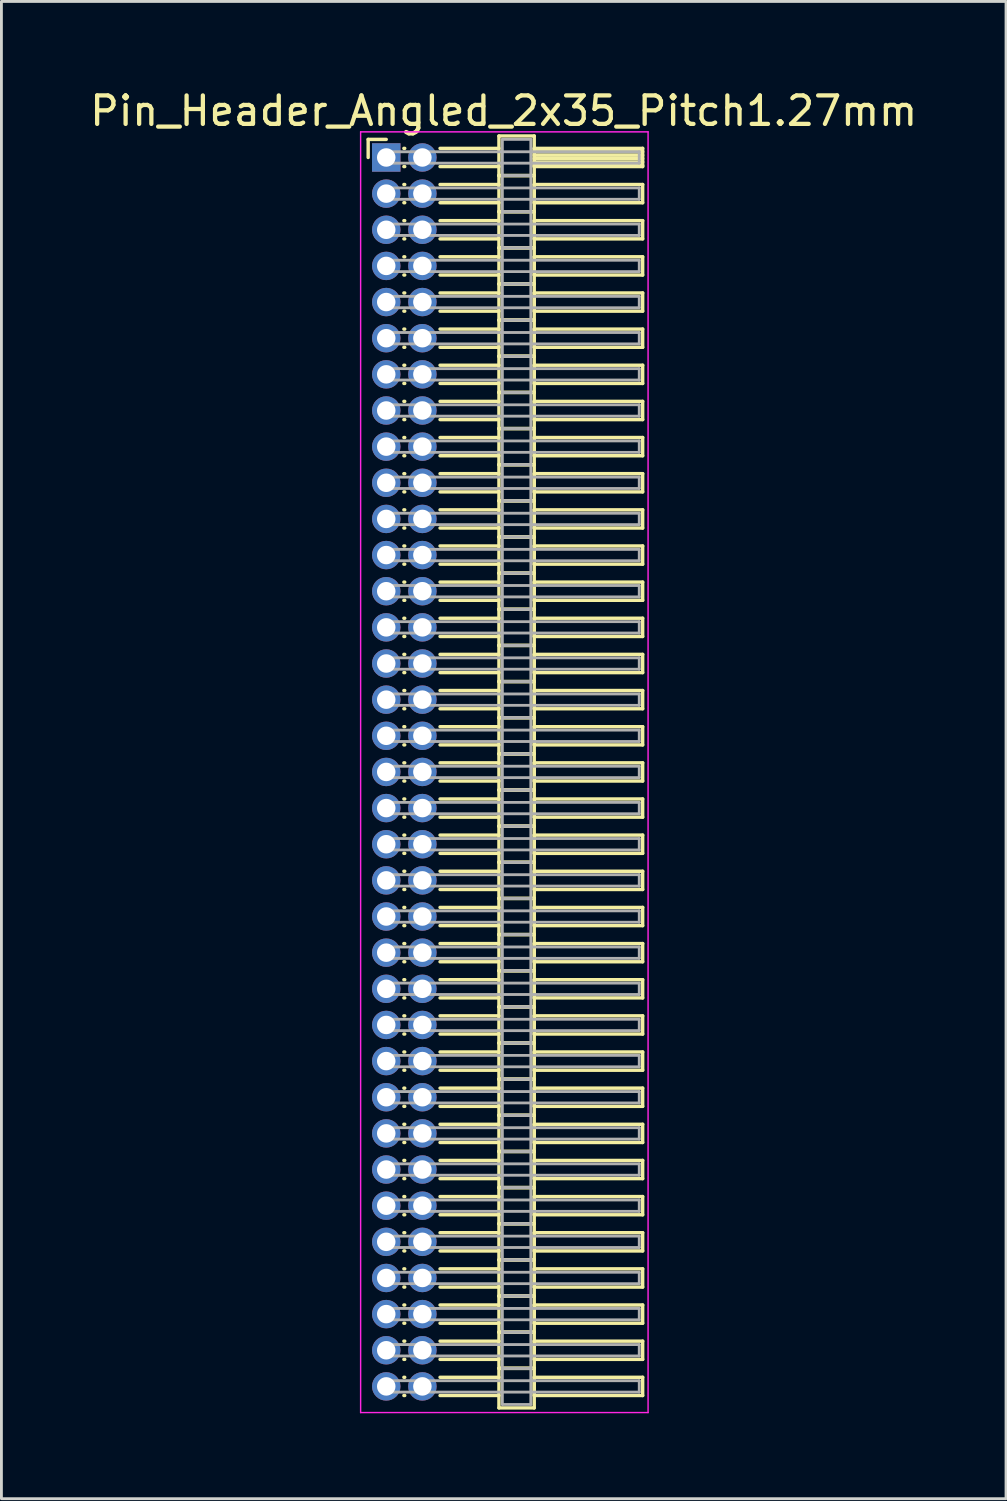
<source format=kicad_pcb>
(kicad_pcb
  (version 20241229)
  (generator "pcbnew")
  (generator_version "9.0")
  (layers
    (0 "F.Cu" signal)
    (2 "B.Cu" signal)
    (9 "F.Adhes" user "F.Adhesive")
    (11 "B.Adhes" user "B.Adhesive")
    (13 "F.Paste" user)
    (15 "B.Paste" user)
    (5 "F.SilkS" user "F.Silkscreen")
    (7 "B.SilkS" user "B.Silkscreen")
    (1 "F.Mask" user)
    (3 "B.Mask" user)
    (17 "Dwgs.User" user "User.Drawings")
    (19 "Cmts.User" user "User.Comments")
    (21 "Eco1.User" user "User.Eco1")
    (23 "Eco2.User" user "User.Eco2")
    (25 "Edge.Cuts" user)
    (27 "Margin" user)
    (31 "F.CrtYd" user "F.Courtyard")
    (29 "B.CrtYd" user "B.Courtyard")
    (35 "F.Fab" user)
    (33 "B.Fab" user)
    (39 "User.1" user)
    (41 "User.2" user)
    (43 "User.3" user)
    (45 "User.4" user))
  (footprint "Pin_Header_Angled_2x35_Pitch1.27mm"
    (layer "F.Cu")
    (at 10.521 2.483)
    (property "Reference" "Pin_Header_Angled_2x35_Pitch1.27mm" (at 4.128 -1.635 0) (layer "F.SilkS") (effects (font (size 1 1) (thickness 0.15))))
    (attr through_hole)
    (fp_line (start -0.635 -0.635) (end 0 -0.635) (stroke (width 0.12) (type solid)) (layer "F.SilkS"))
    (fp_line (start -0.635 0) (end -0.635 -0.635) (stroke (width 0.12) (type solid)) (layer "F.SilkS"))
    (fp_line (start 0.62 -0.32) (end 0.65 -0.32) (stroke (width 0.12) (type solid)) (layer "F.SilkS"))
    (fp_line (start 0.62 0.32) (end 0.65 0.32) (stroke (width 0.12) (type solid)) (layer "F.SilkS"))
    (fp_line (start 0.62 0.95) (end 0.65 0.95) (stroke (width 0.12) (type solid)) (layer "F.SilkS"))
    (fp_line (start 0.62 1.59) (end 0.65 1.59) (stroke (width 0.12) (type solid)) (layer "F.SilkS"))
    (fp_line (start 0.62 2.22) (end 0.65 2.22) (stroke (width 0.12) (type solid)) (layer "F.SilkS"))
    (fp_line (start 0.62 2.86) (end 0.65 2.86) (stroke (width 0.12) (type solid)) (layer "F.SilkS"))
    (fp_line (start 0.62 3.49) (end 0.65 3.49) (stroke (width 0.12) (type solid)) (layer "F.SilkS"))
    (fp_line (start 0.62 4.13) (end 0.65 4.13) (stroke (width 0.12) (type solid)) (layer "F.SilkS"))
    (fp_line (start 0.62 4.76) (end 0.65 4.76) (stroke (width 0.12) (type solid)) (layer "F.SilkS"))
    (fp_line (start 0.62 5.4) (end 0.65 5.4) (stroke (width 0.12) (type solid)) (layer "F.SilkS"))
    (fp_line (start 0.62 6.03) (end 0.65 6.03) (stroke (width 0.12) (type solid)) (layer "F.SilkS"))
    (fp_line (start 0.62 6.67) (end 0.65 6.67) (stroke (width 0.12) (type solid)) (layer "F.SilkS"))
    (fp_line (start 0.62 7.3) (end 0.65 7.3) (stroke (width 0.12) (type solid)) (layer "F.SilkS"))
    (fp_line (start 0.62 7.94) (end 0.65 7.94) (stroke (width 0.12) (type solid)) (layer "F.SilkS"))
    (fp_line (start 0.62 8.57) (end 0.65 8.57) (stroke (width 0.12) (type solid)) (layer "F.SilkS"))
    (fp_line (start 0.62 9.21) (end 0.65 9.21) (stroke (width 0.12) (type solid)) (layer "F.SilkS"))
    (fp_line (start 0.62 9.84) (end 0.65 9.84) (stroke (width 0.12) (type solid)) (layer "F.SilkS"))
    (fp_line (start 0.62 10.48) (end 0.65 10.48) (stroke (width 0.12) (type solid)) (layer "F.SilkS"))
    (fp_line (start 0.62 11.11) (end 0.65 11.11) (stroke (width 0.12) (type solid)) (layer "F.SilkS"))
    (fp_line (start 0.62 11.75) (end 0.65 11.75) (stroke (width 0.12) (type solid)) (layer "F.SilkS"))
    (fp_line (start 0.62 12.38) (end 0.65 12.38) (stroke (width 0.12) (type solid)) (layer "F.SilkS"))
    (fp_line (start 0.62 13.02) (end 0.65 13.02) (stroke (width 0.12) (type solid)) (layer "F.SilkS"))
    (fp_line (start 0.62 13.65) (end 0.65 13.65) (stroke (width 0.12) (type solid)) (layer "F.SilkS"))
    (fp_line (start 0.62 14.29) (end 0.65 14.29) (stroke (width 0.12) (type solid)) (layer "F.SilkS"))
    (fp_line (start 0.62 14.92) (end 0.65 14.92) (stroke (width 0.12) (type solid)) (layer "F.SilkS"))
    (fp_line (start 0.62 15.56) (end 0.65 15.56) (stroke (width 0.12) (type solid)) (layer "F.SilkS"))
    (fp_line (start 0.62 16.19) (end 0.65 16.19) (stroke (width 0.12) (type solid)) (layer "F.SilkS"))
    (fp_line (start 0.62 16.83) (end 0.65 16.83) (stroke (width 0.12) (type solid)) (layer "F.SilkS"))
    (fp_line (start 0.62 17.46) (end 0.65 17.46) (stroke (width 0.12) (type solid)) (layer "F.SilkS"))
    (fp_line (start 0.62 18.1) (end 0.65 18.1) (stroke (width 0.12) (type solid)) (layer "F.SilkS"))
    (fp_line (start 0.62 18.73) (end 0.65 18.73) (stroke (width 0.12) (type solid)) (layer "F.SilkS"))
    (fp_line (start 0.62 19.37) (end 0.65 19.37) (stroke (width 0.12) (type solid)) (layer "F.SilkS"))
    (fp_line (start 0.62 20) (end 0.65 20) (stroke (width 0.12) (type solid)) (layer "F.SilkS"))
    (fp_line (start 0.62 20.64) (end 0.65 20.64) (stroke (width 0.12) (type solid)) (layer "F.SilkS"))
    (fp_line (start 0.62 21.27) (end 0.65 21.27) (stroke (width 0.12) (type solid)) (layer "F.SilkS"))
    (fp_line (start 0.62 21.91) (end 0.65 21.91) (stroke (width 0.12) (type solid)) (layer "F.SilkS"))
    (fp_line (start 0.62 22.54) (end 0.65 22.54) (stroke (width 0.12) (type solid)) (layer "F.SilkS"))
    (fp_line (start 0.62 23.18) (end 0.65 23.18) (stroke (width 0.12) (type solid)) (layer "F.SilkS"))
    (fp_line (start 0.62 23.81) (end 0.65 23.81) (stroke (width 0.12) (type solid)) (layer "F.SilkS"))
    (fp_line (start 0.62 24.45) (end 0.65 24.45) (stroke (width 0.12) (type solid)) (layer "F.SilkS"))
    (fp_line (start 0.62 25.08) (end 0.65 25.08) (stroke (width 0.12) (type solid)) (layer "F.SilkS"))
    (fp_line (start 0.62 25.72) (end 0.65 25.72) (stroke (width 0.12) (type solid)) (layer "F.SilkS"))
    (fp_line (start 0.62 26.35) (end 0.65 26.35) (stroke (width 0.12) (type solid)) (layer "F.SilkS"))
    (fp_line (start 0.62 26.99) (end 0.65 26.99) (stroke (width 0.12) (type solid)) (layer "F.SilkS"))
    (fp_line (start 0.62 27.62) (end 0.65 27.62) (stroke (width 0.12) (type solid)) (layer "F.SilkS"))
    (fp_line (start 0.62 28.26) (end 0.65 28.26) (stroke (width 0.12) (type solid)) (layer "F.SilkS"))
    (fp_line (start 0.62 28.89) (end 0.65 28.89) (stroke (width 0.12) (type solid)) (layer "F.SilkS"))
    (fp_line (start 0.62 29.53) (end 0.65 29.53) (stroke (width 0.12) (type solid)) (layer "F.SilkS"))
    (fp_line (start 0.62 30.16) (end 0.65 30.16) (stroke (width 0.12) (type solid)) (layer "F.SilkS"))
    (fp_line (start 0.62 30.8) (end 0.65 30.8) (stroke (width 0.12) (type solid)) (layer "F.SilkS"))
    (fp_line (start 0.62 31.43) (end 0.65 31.43) (stroke (width 0.12) (type solid)) (layer "F.SilkS"))
    (fp_line (start 0.62 32.07) (end 0.65 32.07) (stroke (width 0.12) (type solid)) (layer "F.SilkS"))
    (fp_line (start 0.62 32.7) (end 0.65 32.7) (stroke (width 0.12) (type solid)) (layer "F.SilkS"))
    (fp_line (start 0.62 33.34) (end 0.65 33.34) (stroke (width 0.12) (type solid)) (layer "F.SilkS"))
    (fp_line (start 0.62 33.97) (end 0.65 33.97) (stroke (width 0.12) (type solid)) (layer "F.SilkS"))
    (fp_line (start 0.62 34.61) (end 0.65 34.61) (stroke (width 0.12) (type solid)) (layer "F.SilkS"))
    (fp_line (start 0.62 35.24) (end 0.65 35.24) (stroke (width 0.12) (type solid)) (layer "F.SilkS"))
    (fp_line (start 0.62 35.88) (end 0.65 35.88) (stroke (width 0.12) (type solid)) (layer "F.SilkS"))
    (fp_line (start 0.62 36.51) (end 0.65 36.51) (stroke (width 0.12) (type solid)) (layer "F.SilkS"))
    (fp_line (start 0.62 37.15) (end 0.65 37.15) (stroke (width 0.12) (type solid)) (layer "F.SilkS"))
    (fp_line (start 0.62 37.78) (end 0.65 37.78) (stroke (width 0.12) (type solid)) (layer "F.SilkS"))
    (fp_line (start 0.62 38.42) (end 0.65 38.42) (stroke (width 0.12) (type solid)) (layer "F.SilkS"))
    (fp_line (start 0.62 39.05) (end 0.65 39.05) (stroke (width 0.12) (type solid)) (layer "F.SilkS"))
    (fp_line (start 0.62 39.69) (end 0.65 39.69) (stroke (width 0.12) (type solid)) (layer "F.SilkS"))
    (fp_line (start 0.62 40.32) (end 0.65 40.32) (stroke (width 0.12) (type solid)) (layer "F.SilkS"))
    (fp_line (start 0.62 40.96) (end 0.65 40.96) (stroke (width 0.12) (type solid)) (layer "F.SilkS"))
    (fp_line (start 0.62 41.59) (end 0.65 41.59) (stroke (width 0.12) (type solid)) (layer "F.SilkS"))
    (fp_line (start 0.62 42.23) (end 0.65 42.23) (stroke (width 0.12) (type solid)) (layer "F.SilkS"))
    (fp_line (start 0.62 42.86) (end 0.65 42.86) (stroke (width 0.12) (type solid)) (layer "F.SilkS"))
    (fp_line (start 0.62 43.5) (end 0.65 43.5) (stroke (width 0.12) (type solid)) (layer "F.SilkS"))
    (fp_line (start 1.89 -0.32) (end 3.96 -0.32) (stroke (width 0.12) (type solid)) (layer "F.SilkS"))
    (fp_line (start 1.89 0.32) (end 3.96 0.32) (stroke (width 0.12) (type solid)) (layer "F.SilkS"))
    (fp_line (start 1.89 0.95) (end 3.96 0.95) (stroke (width 0.12) (type solid)) (layer "F.SilkS"))
    (fp_line (start 1.89 1.59) (end 3.96 1.59) (stroke (width 0.12) (type solid)) (layer "F.SilkS"))
    (fp_line (start 1.89 2.22) (end 3.96 2.22) (stroke (width 0.12) (type solid)) (layer "F.SilkS"))
    (fp_line (start 1.89 2.86) (end 3.96 2.86) (stroke (width 0.12) (type solid)) (layer "F.SilkS"))
    (fp_line (start 1.89 3.49) (end 3.96 3.49) (stroke (width 0.12) (type solid)) (layer "F.SilkS"))
    (fp_line (start 1.89 4.13) (end 3.96 4.13) (stroke (width 0.12) (type solid)) (layer "F.SilkS"))
    (fp_line (start 1.89 4.76) (end 3.96 4.76) (stroke (width 0.12) (type solid)) (layer "F.SilkS"))
    (fp_line (start 1.89 5.4) (end 3.96 5.4) (stroke (width 0.12) (type solid)) (layer "F.SilkS"))
    (fp_line (start 1.89 6.03) (end 3.96 6.03) (stroke (width 0.12) (type solid)) (layer "F.SilkS"))
    (fp_line (start 1.89 6.67) (end 3.96 6.67) (stroke (width 0.12) (type solid)) (layer "F.SilkS"))
    (fp_line (start 1.89 7.3) (end 3.96 7.3) (stroke (width 0.12) (type solid)) (layer "F.SilkS"))
    (fp_line (start 1.89 7.94) (end 3.96 7.94) (stroke (width 0.12) (type solid)) (layer "F.SilkS"))
    (fp_line (start 1.89 8.57) (end 3.96 8.57) (stroke (width 0.12) (type solid)) (layer "F.SilkS"))
    (fp_line (start 1.89 9.21) (end 3.96 9.21) (stroke (width 0.12) (type solid)) (layer "F.SilkS"))
    (fp_line (start 1.89 9.84) (end 3.96 9.84) (stroke (width 0.12) (type solid)) (layer "F.SilkS"))
    (fp_line (start 1.89 10.48) (end 3.96 10.48) (stroke (width 0.12) (type solid)) (layer "F.SilkS"))
    (fp_line (start 1.89 11.11) (end 3.96 11.11) (stroke (width 0.12) (type solid)) (layer "F.SilkS"))
    (fp_line (start 1.89 11.75) (end 3.96 11.75) (stroke (width 0.12) (type solid)) (layer "F.SilkS"))
    (fp_line (start 1.89 12.38) (end 3.96 12.38) (stroke (width 0.12) (type solid)) (layer "F.SilkS"))
    (fp_line (start 1.89 13.02) (end 3.96 13.02) (stroke (width 0.12) (type solid)) (layer "F.SilkS"))
    (fp_line (start 1.89 13.65) (end 3.96 13.65) (stroke (width 0.12) (type solid)) (layer "F.SilkS"))
    (fp_line (start 1.89 14.29) (end 3.96 14.29) (stroke (width 0.12) (type solid)) (layer "F.SilkS"))
    (fp_line (start 1.89 14.92) (end 3.96 14.92) (stroke (width 0.12) (type solid)) (layer "F.SilkS"))
    (fp_line (start 1.89 15.56) (end 3.96 15.56) (stroke (width 0.12) (type solid)) (layer "F.SilkS"))
    (fp_line (start 1.89 16.19) (end 3.96 16.19) (stroke (width 0.12) (type solid)) (layer "F.SilkS"))
    (fp_line (start 1.89 16.83) (end 3.96 16.83) (stroke (width 0.12) (type solid)) (layer "F.SilkS"))
    (fp_line (start 1.89 17.46) (end 3.96 17.46) (stroke (width 0.12) (type solid)) (layer "F.SilkS"))
    (fp_line (start 1.89 18.1) (end 3.96 18.1) (stroke (width 0.12) (type solid)) (layer "F.SilkS"))
    (fp_line (start 1.89 18.73) (end 3.96 18.73) (stroke (width 0.12) (type solid)) (layer "F.SilkS"))
    (fp_line (start 1.89 19.37) (end 3.96 19.37) (stroke (width 0.12) (type solid)) (layer "F.SilkS"))
    (fp_line (start 1.89 20) (end 3.96 20) (stroke (width 0.12) (type solid)) (layer "F.SilkS"))
    (fp_line (start 1.89 20.64) (end 3.96 20.64) (stroke (width 0.12) (type solid)) (layer "F.SilkS"))
    (fp_line (start 1.89 21.27) (end 3.96 21.27) (stroke (width 0.12) (type solid)) (layer "F.SilkS"))
    (fp_line (start 1.89 21.91) (end 3.96 21.91) (stroke (width 0.12) (type solid)) (layer "F.SilkS"))
    (fp_line (start 1.89 22.54) (end 3.96 22.54) (stroke (width 0.12) (type solid)) (layer "F.SilkS"))
    (fp_line (start 1.89 23.18) (end 3.96 23.18) (stroke (width 0.12) (type solid)) (layer "F.SilkS"))
    (fp_line (start 1.89 23.81) (end 3.96 23.81) (stroke (width 0.12) (type solid)) (layer "F.SilkS"))
    (fp_line (start 1.89 24.45) (end 3.96 24.45) (stroke (width 0.12) (type solid)) (layer "F.SilkS"))
    (fp_line (start 1.89 25.08) (end 3.96 25.08) (stroke (width 0.12) (type solid)) (layer "F.SilkS"))
    (fp_line (start 1.89 25.72) (end 3.96 25.72) (stroke (width 0.12) (type solid)) (layer "F.SilkS"))
    (fp_line (start 1.89 26.35) (end 3.96 26.35) (stroke (width 0.12) (type solid)) (layer "F.SilkS"))
    (fp_line (start 1.89 26.99) (end 3.96 26.99) (stroke (width 0.12) (type solid)) (layer "F.SilkS"))
    (fp_line (start 1.89 27.62) (end 3.96 27.62) (stroke (width 0.12) (type solid)) (layer "F.SilkS"))
    (fp_line (start 1.89 28.26) (end 3.96 28.26) (stroke (width 0.12) (type solid)) (layer "F.SilkS"))
    (fp_line (start 1.89 28.89) (end 3.96 28.89) (stroke (width 0.12) (type solid)) (layer "F.SilkS"))
    (fp_line (start 1.89 29.53) (end 3.96 29.53) (stroke (width 0.12) (type solid)) (layer "F.SilkS"))
    (fp_line (start 1.89 30.16) (end 3.96 30.16) (stroke (width 0.12) (type solid)) (layer "F.SilkS"))
    (fp_line (start 1.89 30.8) (end 3.96 30.8) (stroke (width 0.12) (type solid)) (layer "F.SilkS"))
    (fp_line (start 1.89 31.43) (end 3.96 31.43) (stroke (width 0.12) (type solid)) (layer "F.SilkS"))
    (fp_line (start 1.89 32.07) (end 3.96 32.07) (stroke (width 0.12) (type solid)) (layer "F.SilkS"))
    (fp_line (start 1.89 32.7) (end 3.96 32.7) (stroke (width 0.12) (type solid)) (layer "F.SilkS"))
    (fp_line (start 1.89 33.34) (end 3.96 33.34) (stroke (width 0.12) (type solid)) (layer "F.SilkS"))
    (fp_line (start 1.89 33.97) (end 3.96 33.97) (stroke (width 0.12) (type solid)) (layer "F.SilkS"))
    (fp_line (start 1.89 34.61) (end 3.96 34.61) (stroke (width 0.12) (type solid)) (layer "F.SilkS"))
    (fp_line (start 1.89 35.24) (end 3.96 35.24) (stroke (width 0.12) (type solid)) (layer "F.SilkS"))
    (fp_line (start 1.89 35.88) (end 3.96 35.88) (stroke (width 0.12) (type solid)) (layer "F.SilkS"))
    (fp_line (start 1.89 36.51) (end 3.96 36.51) (stroke (width 0.12) (type solid)) (layer "F.SilkS"))
    (fp_line (start 1.89 37.15) (end 3.96 37.15) (stroke (width 0.12) (type solid)) (layer "F.SilkS"))
    (fp_line (start 1.89 37.78) (end 3.96 37.78) (stroke (width 0.12) (type solid)) (layer "F.SilkS"))
    (fp_line (start 1.89 38.42) (end 3.96 38.42) (stroke (width 0.12) (type solid)) (layer "F.SilkS"))
    (fp_line (start 1.89 39.05) (end 3.96 39.05) (stroke (width 0.12) (type solid)) (layer "F.SilkS"))
    (fp_line (start 1.89 39.69) (end 3.96 39.69) (stroke (width 0.12) (type solid)) (layer "F.SilkS"))
    (fp_line (start 1.89 40.32) (end 3.96 40.32) (stroke (width 0.12) (type solid)) (layer "F.SilkS"))
    (fp_line (start 1.89 40.96) (end 3.96 40.96) (stroke (width 0.12) (type solid)) (layer "F.SilkS"))
    (fp_line (start 1.89 41.59) (end 3.96 41.59) (stroke (width 0.12) (type solid)) (layer "F.SilkS"))
    (fp_line (start 1.89 42.23) (end 3.96 42.23) (stroke (width 0.12) (type solid)) (layer "F.SilkS"))
    (fp_line (start 1.89 42.86) (end 3.96 42.86) (stroke (width 0.12) (type solid)) (layer "F.SilkS"))
    (fp_line (start 1.89 43.5) (end 3.96 43.5) (stroke (width 0.12) (type solid)) (layer "F.SilkS"))
    (fp_line (start 3.96 -0.755) (end 3.96 0.635) (stroke (width 0.12) (type solid)) (layer "F.SilkS"))
    (fp_line (start 3.96 0.635) (end 3.96 1.905) (stroke (width 0.12) (type solid)) (layer "F.SilkS"))
    (fp_line (start 3.96 0.635) (end 5.2 0.635) (stroke (width 0.12) (type solid)) (layer "F.SilkS"))
    (fp_line (start 3.96 1.905) (end 3.96 3.175) (stroke (width 0.12) (type solid)) (layer "F.SilkS"))
    (fp_line (start 3.96 1.905) (end 5.2 1.905) (stroke (width 0.12) (type solid)) (layer "F.SilkS"))
    (fp_line (start 3.96 3.175) (end 3.96 4.445) (stroke (width 0.12) (type solid)) (layer "F.SilkS"))
    (fp_line (start 3.96 3.175) (end 5.2 3.175) (stroke (width 0.12) (type solid)) (layer "F.SilkS"))
    (fp_line (start 3.96 4.445) (end 3.96 5.715) (stroke (width 0.12) (type solid)) (layer "F.SilkS"))
    (fp_line (start 3.96 4.445) (end 5.2 4.445) (stroke (width 0.12) (type solid)) (layer "F.SilkS"))
    (fp_line (start 3.96 5.715) (end 3.96 6.985) (stroke (width 0.12) (type solid)) (layer "F.SilkS"))
    (fp_line (start 3.96 5.715) (end 5.2 5.715) (stroke (width 0.12) (type solid)) (layer "F.SilkS"))
    (fp_line (start 3.96 6.985) (end 3.96 8.255) (stroke (width 0.12) (type solid)) (layer "F.SilkS"))
    (fp_line (start 3.96 6.985) (end 5.2 6.985) (stroke (width 0.12) (type solid)) (layer "F.SilkS"))
    (fp_line (start 3.96 8.255) (end 3.96 9.525) (stroke (width 0.12) (type solid)) (layer "F.SilkS"))
    (fp_line (start 3.96 8.255) (end 5.2 8.255) (stroke (width 0.12) (type solid)) (layer "F.SilkS"))
    (fp_line (start 3.96 9.525) (end 3.96 10.795) (stroke (width 0.12) (type solid)) (layer "F.SilkS"))
    (fp_line (start 3.96 9.525) (end 5.2 9.525) (stroke (width 0.12) (type solid)) (layer "F.SilkS"))
    (fp_line (start 3.96 10.795) (end 3.96 12.065) (stroke (width 0.12) (type solid)) (layer "F.SilkS"))
    (fp_line (start 3.96 10.795) (end 5.2 10.795) (stroke (width 0.12) (type solid)) (layer "F.SilkS"))
    (fp_line (start 3.96 12.065) (end 3.96 13.335) (stroke (width 0.12) (type solid)) (layer "F.SilkS"))
    (fp_line (start 3.96 12.065) (end 5.2 12.065) (stroke (width 0.12) (type solid)) (layer "F.SilkS"))
    (fp_line (start 3.96 13.335) (end 3.96 14.605) (stroke (width 0.12) (type solid)) (layer "F.SilkS"))
    (fp_line (start 3.96 13.335) (end 5.2 13.335) (stroke (width 0.12) (type solid)) (layer "F.SilkS"))
    (fp_line (start 3.96 14.605) (end 3.96 15.875) (stroke (width 0.12) (type solid)) (layer "F.SilkS"))
    (fp_line (start 3.96 14.605) (end 5.2 14.605) (stroke (width 0.12) (type solid)) (layer "F.SilkS"))
    (fp_line (start 3.96 15.875) (end 3.96 17.145) (stroke (width 0.12) (type solid)) (layer "F.SilkS"))
    (fp_line (start 3.96 15.875) (end 5.2 15.875) (stroke (width 0.12) (type solid)) (layer "F.SilkS"))
    (fp_line (start 3.96 17.145) (end 3.96 18.415) (stroke (width 0.12) (type solid)) (layer "F.SilkS"))
    (fp_line (start 3.96 17.145) (end 5.2 17.145) (stroke (width 0.12) (type solid)) (layer "F.SilkS"))
    (fp_line (start 3.96 18.415) (end 3.96 19.685) (stroke (width 0.12) (type solid)) (layer "F.SilkS"))
    (fp_line (start 3.96 18.415) (end 5.2 18.415) (stroke (width 0.12) (type solid)) (layer "F.SilkS"))
    (fp_line (start 3.96 19.685) (end 3.96 20.955) (stroke (width 0.12) (type solid)) (layer "F.SilkS"))
    (fp_line (start 3.96 19.685) (end 5.2 19.685) (stroke (width 0.12) (type solid)) (layer "F.SilkS"))
    (fp_line (start 3.96 20.955) (end 3.96 22.225) (stroke (width 0.12) (type solid)) (layer "F.SilkS"))
    (fp_line (start 3.96 20.955) (end 5.2 20.955) (stroke (width 0.12) (type solid)) (layer "F.SilkS"))
    (fp_line (start 3.96 22.225) (end 3.96 23.495) (stroke (width 0.12) (type solid)) (layer "F.SilkS"))
    (fp_line (start 3.96 22.225) (end 5.2 22.225) (stroke (width 0.12) (type solid)) (layer "F.SilkS"))
    (fp_line (start 3.96 23.495) (end 3.96 24.765) (stroke (width 0.12) (type solid)) (layer "F.SilkS"))
    (fp_line (start 3.96 23.495) (end 5.2 23.495) (stroke (width 0.12) (type solid)) (layer "F.SilkS"))
    (fp_line (start 3.96 24.765) (end 3.96 26.035) (stroke (width 0.12) (type solid)) (layer "F.SilkS"))
    (fp_line (start 3.96 24.765) (end 5.2 24.765) (stroke (width 0.12) (type solid)) (layer "F.SilkS"))
    (fp_line (start 3.96 26.035) (end 3.96 27.305) (stroke (width 0.12) (type solid)) (layer "F.SilkS"))
    (fp_line (start 3.96 26.035) (end 5.2 26.035) (stroke (width 0.12) (type solid)) (layer "F.SilkS"))
    (fp_line (start 3.96 27.305) (end 3.96 28.575) (stroke (width 0.12) (type solid)) (layer "F.SilkS"))
    (fp_line (start 3.96 27.305) (end 5.2 27.305) (stroke (width 0.12) (type solid)) (layer "F.SilkS"))
    (fp_line (start 3.96 28.575) (end 3.96 29.845) (stroke (width 0.12) (type solid)) (layer "F.SilkS"))
    (fp_line (start 3.96 28.575) (end 5.2 28.575) (stroke (width 0.12) (type solid)) (layer "F.SilkS"))
    (fp_line (start 3.96 29.845) (end 3.96 31.115) (stroke (width 0.12) (type solid)) (layer "F.SilkS"))
    (fp_line (start 3.96 29.845) (end 5.2 29.845) (stroke (width 0.12) (type solid)) (layer "F.SilkS"))
    (fp_line (start 3.96 31.115) (end 3.96 32.385) (stroke (width 0.12) (type solid)) (layer "F.SilkS"))
    (fp_line (start 3.96 31.115) (end 5.2 31.115) (stroke (width 0.12) (type solid)) (layer "F.SilkS"))
    (fp_line (start 3.96 32.385) (end 3.96 33.655) (stroke (width 0.12) (type solid)) (layer "F.SilkS"))
    (fp_line (start 3.96 32.385) (end 5.2 32.385) (stroke (width 0.12) (type solid)) (layer "F.SilkS"))
    (fp_line (start 3.96 33.655) (end 3.96 34.925) (stroke (width 0.12) (type solid)) (layer "F.SilkS"))
    (fp_line (start 3.96 33.655) (end 5.2 33.655) (stroke (width 0.12) (type solid)) (layer "F.SilkS"))
    (fp_line (start 3.96 34.925) (end 3.96 36.195) (stroke (width 0.12) (type solid)) (layer "F.SilkS"))
    (fp_line (start 3.96 34.925) (end 5.2 34.925) (stroke (width 0.12) (type solid)) (layer "F.SilkS"))
    (fp_line (start 3.96 36.195) (end 3.96 37.465) (stroke (width 0.12) (type solid)) (layer "F.SilkS"))
    (fp_line (start 3.96 36.195) (end 5.2 36.195) (stroke (width 0.12) (type solid)) (layer "F.SilkS"))
    (fp_line (start 3.96 37.465) (end 3.96 38.735) (stroke (width 0.12) (type solid)) (layer "F.SilkS"))
    (fp_line (start 3.96 37.465) (end 5.2 37.465) (stroke (width 0.12) (type solid)) (layer "F.SilkS"))
    (fp_line (start 3.96 38.735) (end 3.96 40.005) (stroke (width 0.12) (type solid)) (layer "F.SilkS"))
    (fp_line (start 3.96 38.735) (end 5.2 38.735) (stroke (width 0.12) (type solid)) (layer "F.SilkS"))
    (fp_line (start 3.96 40.005) (end 3.96 41.275) (stroke (width 0.12) (type solid)) (layer "F.SilkS"))
    (fp_line (start 3.96 40.005) (end 5.2 40.005) (stroke (width 0.12) (type solid)) (layer "F.SilkS"))
    (fp_line (start 3.96 41.275) (end 3.96 42.545) (stroke (width 0.12) (type solid)) (layer "F.SilkS"))
    (fp_line (start 3.96 41.275) (end 5.2 41.275) (stroke (width 0.12) (type solid)) (layer "F.SilkS"))
    (fp_line (start 3.96 42.545) (end 3.96 43.935) (stroke (width 0.12) (type solid)) (layer "F.SilkS"))
    (fp_line (start 3.96 42.545) (end 5.2 42.545) (stroke (width 0.12) (type solid)) (layer "F.SilkS"))
    (fp_line (start 3.96 43.935) (end 5.2 43.935) (stroke (width 0.12) (type solid)) (layer "F.SilkS"))
    (fp_line (start 5.2 -0.755) (end 3.96 -0.755) (stroke (width 0.12) (type solid)) (layer "F.SilkS"))
    (fp_line (start 5.2 -0.32) (end 5.2 0.32) (stroke (width 0.12) (type solid)) (layer "F.SilkS"))
    (fp_line (start 5.2 -0.2) (end 9.01 -0.2) (stroke (width 0.12) (type solid)) (layer "F.SilkS"))
    (fp_line (start 5.2 -0.08) (end 9.01 -0.08) (stroke (width 0.12) (type solid)) (layer "F.SilkS"))
    (fp_line (start 5.2 0.04) (end 9.01 0.04) (stroke (width 0.12) (type solid)) (layer "F.SilkS"))
    (fp_line (start 5.2 0.16) (end 9.01 0.16) (stroke (width 0.12) (type solid)) (layer "F.SilkS"))
    (fp_line (start 5.2 0.28) (end 9.01 0.28) (stroke (width 0.12) (type solid)) (layer "F.SilkS"))
    (fp_line (start 5.2 0.32) (end 9.01 0.32) (stroke (width 0.12) (type solid)) (layer "F.SilkS"))
    (fp_line (start 5.2 0.635) (end 3.96 0.635) (stroke (width 0.12) (type solid)) (layer "F.SilkS"))
    (fp_line (start 5.2 0.635) (end 5.2 -0.755) (stroke (width 0.12) (type solid)) (layer "F.SilkS"))
    (fp_line (start 5.2 0.95) (end 5.2 1.59) (stroke (width 0.12) (type solid)) (layer "F.SilkS"))
    (fp_line (start 5.2 1.59) (end 9.01 1.59) (stroke (width 0.12) (type solid)) (layer "F.SilkS"))
    (fp_line (start 5.2 1.905) (end 3.96 1.905) (stroke (width 0.12) (type solid)) (layer "F.SilkS"))
    (fp_line (start 5.2 1.905) (end 5.2 0.635) (stroke (width 0.12) (type solid)) (layer "F.SilkS"))
    (fp_line (start 5.2 2.22) (end 5.2 2.86) (stroke (width 0.12) (type solid)) (layer "F.SilkS"))
    (fp_line (start 5.2 2.86) (end 9.01 2.86) (stroke (width 0.12) (type solid)) (layer "F.SilkS"))
    (fp_line (start 5.2 3.175) (end 3.96 3.175) (stroke (width 0.12) (type solid)) (layer "F.SilkS"))
    (fp_line (start 5.2 3.175) (end 5.2 1.905) (stroke (width 0.12) (type solid)) (layer "F.SilkS"))
    (fp_line (start 5.2 3.49) (end 5.2 4.13) (stroke (width 0.12) (type solid)) (layer "F.SilkS"))
    (fp_line (start 5.2 4.13) (end 9.01 4.13) (stroke (width 0.12) (type solid)) (layer "F.SilkS"))
    (fp_line (start 5.2 4.445) (end 3.96 4.445) (stroke (width 0.12) (type solid)) (layer "F.SilkS"))
    (fp_line (start 5.2 4.445) (end 5.2 3.175) (stroke (width 0.12) (type solid)) (layer "F.SilkS"))
    (fp_line (start 5.2 4.76) (end 5.2 5.4) (stroke (width 0.12) (type solid)) (layer "F.SilkS"))
    (fp_line (start 5.2 5.4) (end 9.01 5.4) (stroke (width 0.12) (type solid)) (layer "F.SilkS"))
    (fp_line (start 5.2 5.715) (end 3.96 5.715) (stroke (width 0.12) (type solid)) (layer "F.SilkS"))
    (fp_line (start 5.2 5.715) (end 5.2 4.445) (stroke (width 0.12) (type solid)) (layer "F.SilkS"))
    (fp_line (start 5.2 6.03) (end 5.2 6.67) (stroke (width 0.12) (type solid)) (layer "F.SilkS"))
    (fp_line (start 5.2 6.67) (end 9.01 6.67) (stroke (width 0.12) (type solid)) (layer "F.SilkS"))
    (fp_line (start 5.2 6.985) (end 3.96 6.985) (stroke (width 0.12) (type solid)) (layer "F.SilkS"))
    (fp_line (start 5.2 6.985) (end 5.2 5.715) (stroke (width 0.12) (type solid)) (layer "F.SilkS"))
    (fp_line (start 5.2 7.3) (end 5.2 7.94) (stroke (width 0.12) (type solid)) (layer "F.SilkS"))
    (fp_line (start 5.2 7.94) (end 9.01 7.94) (stroke (width 0.12) (type solid)) (layer "F.SilkS"))
    (fp_line (start 5.2 8.255) (end 3.96 8.255) (stroke (width 0.12) (type solid)) (layer "F.SilkS"))
    (fp_line (start 5.2 8.255) (end 5.2 6.985) (stroke (width 0.12) (type solid)) (layer "F.SilkS"))
    (fp_line (start 5.2 8.57) (end 5.2 9.21) (stroke (width 0.12) (type solid)) (layer "F.SilkS"))
    (fp_line (start 5.2 9.21) (end 9.01 9.21) (stroke (width 0.12) (type solid)) (layer "F.SilkS"))
    (fp_line (start 5.2 9.525) (end 3.96 9.525) (stroke (width 0.12) (type solid)) (layer "F.SilkS"))
    (fp_line (start 5.2 9.525) (end 5.2 8.255) (stroke (width 0.12) (type solid)) (layer "F.SilkS"))
    (fp_line (start 5.2 9.84) (end 5.2 10.48) (stroke (width 0.12) (type solid)) (layer "F.SilkS"))
    (fp_line (start 5.2 10.48) (end 9.01 10.48) (stroke (width 0.12) (type solid)) (layer "F.SilkS"))
    (fp_line (start 5.2 10.795) (end 3.96 10.795) (stroke (width 0.12) (type solid)) (layer "F.SilkS"))
    (fp_line (start 5.2 10.795) (end 5.2 9.525) (stroke (width 0.12) (type solid)) (layer "F.SilkS"))
    (fp_line (start 5.2 11.11) (end 5.2 11.75) (stroke (width 0.12) (type solid)) (layer "F.SilkS"))
    (fp_line (start 5.2 11.75) (end 9.01 11.75) (stroke (width 0.12) (type solid)) (layer "F.SilkS"))
    (fp_line (start 5.2 12.065) (end 3.96 12.065) (stroke (width 0.12) (type solid)) (layer "F.SilkS"))
    (fp_line (start 5.2 12.065) (end 5.2 10.795) (stroke (width 0.12) (type solid)) (layer "F.SilkS"))
    (fp_line (start 5.2 12.38) (end 5.2 13.02) (stroke (width 0.12) (type solid)) (layer "F.SilkS"))
    (fp_line (start 5.2 13.02) (end 9.01 13.02) (stroke (width 0.12) (type solid)) (layer "F.SilkS"))
    (fp_line (start 5.2 13.335) (end 3.96 13.335) (stroke (width 0.12) (type solid)) (layer "F.SilkS"))
    (fp_line (start 5.2 13.335) (end 5.2 12.065) (stroke (width 0.12) (type solid)) (layer "F.SilkS"))
    (fp_line (start 5.2 13.65) (end 5.2 14.29) (stroke (width 0.12) (type solid)) (layer "F.SilkS"))
    (fp_line (start 5.2 14.29) (end 9.01 14.29) (stroke (width 0.12) (type solid)) (layer "F.SilkS"))
    (fp_line (start 5.2 14.605) (end 3.96 14.605) (stroke (width 0.12) (type solid)) (layer "F.SilkS"))
    (fp_line (start 5.2 14.605) (end 5.2 13.335) (stroke (width 0.12) (type solid)) (layer "F.SilkS"))
    (fp_line (start 5.2 14.92) (end 5.2 15.56) (stroke (width 0.12) (type solid)) (layer "F.SilkS"))
    (fp_line (start 5.2 15.56) (end 9.01 15.56) (stroke (width 0.12) (type solid)) (layer "F.SilkS"))
    (fp_line (start 5.2 15.875) (end 3.96 15.875) (stroke (width 0.12) (type solid)) (layer "F.SilkS"))
    (fp_line (start 5.2 15.875) (end 5.2 14.605) (stroke (width 0.12) (type solid)) (layer "F.SilkS"))
    (fp_line (start 5.2 16.19) (end 5.2 16.83) (stroke (width 0.12) (type solid)) (layer "F.SilkS"))
    (fp_line (start 5.2 16.83) (end 9.01 16.83) (stroke (width 0.12) (type solid)) (layer "F.SilkS"))
    (fp_line (start 5.2 17.145) (end 3.96 17.145) (stroke (width 0.12) (type solid)) (layer "F.SilkS"))
    (fp_line (start 5.2 17.145) (end 5.2 15.875) (stroke (width 0.12) (type solid)) (layer "F.SilkS"))
    (fp_line (start 5.2 17.46) (end 5.2 18.1) (stroke (width 0.12) (type solid)) (layer "F.SilkS"))
    (fp_line (start 5.2 18.1) (end 9.01 18.1) (stroke (width 0.12) (type solid)) (layer "F.SilkS"))
    (fp_line (start 5.2 18.415) (end 3.96 18.415) (stroke (width 0.12) (type solid)) (layer "F.SilkS"))
    (fp_line (start 5.2 18.415) (end 5.2 17.145) (stroke (width 0.12) (type solid)) (layer "F.SilkS"))
    (fp_line (start 5.2 18.73) (end 5.2 19.37) (stroke (width 0.12) (type solid)) (layer "F.SilkS"))
    (fp_line (start 5.2 19.37) (end 9.01 19.37) (stroke (width 0.12) (type solid)) (layer "F.SilkS"))
    (fp_line (start 5.2 19.685) (end 3.96 19.685) (stroke (width 0.12) (type solid)) (layer "F.SilkS"))
    (fp_line (start 5.2 19.685) (end 5.2 18.415) (stroke (width 0.12) (type solid)) (layer "F.SilkS"))
    (fp_line (start 5.2 20) (end 5.2 20.64) (stroke (width 0.12) (type solid)) (layer "F.SilkS"))
    (fp_line (start 5.2 20.64) (end 9.01 20.64) (stroke (width 0.12) (type solid)) (layer "F.SilkS"))
    (fp_line (start 5.2 20.955) (end 3.96 20.955) (stroke (width 0.12) (type solid)) (layer "F.SilkS"))
    (fp_line (start 5.2 20.955) (end 5.2 19.685) (stroke (width 0.12) (type solid)) (layer "F.SilkS"))
    (fp_line (start 5.2 21.27) (end 5.2 21.91) (stroke (width 0.12) (type solid)) (layer "F.SilkS"))
    (fp_line (start 5.2 21.91) (end 9.01 21.91) (stroke (width 0.12) (type solid)) (layer "F.SilkS"))
    (fp_line (start 5.2 22.225) (end 3.96 22.225) (stroke (width 0.12) (type solid)) (layer "F.SilkS"))
    (fp_line (start 5.2 22.225) (end 5.2 20.955) (stroke (width 0.12) (type solid)) (layer "F.SilkS"))
    (fp_line (start 5.2 22.54) (end 5.2 23.18) (stroke (width 0.12) (type solid)) (layer "F.SilkS"))
    (fp_line (start 5.2 23.18) (end 9.01 23.18) (stroke (width 0.12) (type solid)) (layer "F.SilkS"))
    (fp_line (start 5.2 23.495) (end 3.96 23.495) (stroke (width 0.12) (type solid)) (layer "F.SilkS"))
    (fp_line (start 5.2 23.495) (end 5.2 22.225) (stroke (width 0.12) (type solid)) (layer "F.SilkS"))
    (fp_line (start 5.2 23.81) (end 5.2 24.45) (stroke (width 0.12) (type solid)) (layer "F.SilkS"))
    (fp_line (start 5.2 24.45) (end 9.01 24.45) (stroke (width 0.12) (type solid)) (layer "F.SilkS"))
    (fp_line (start 5.2 24.765) (end 3.96 24.765) (stroke (width 0.12) (type solid)) (layer "F.SilkS"))
    (fp_line (start 5.2 24.765) (end 5.2 23.495) (stroke (width 0.12) (type solid)) (layer "F.SilkS"))
    (fp_line (start 5.2 25.08) (end 5.2 25.72) (stroke (width 0.12) (type solid)) (layer "F.SilkS"))
    (fp_line (start 5.2 25.72) (end 9.01 25.72) (stroke (width 0.12) (type solid)) (layer "F.SilkS"))
    (fp_line (start 5.2 26.035) (end 3.96 26.035) (stroke (width 0.12) (type solid)) (layer "F.SilkS"))
    (fp_line (start 5.2 26.035) (end 5.2 24.765) (stroke (width 0.12) (type solid)) (layer "F.SilkS"))
    (fp_line (start 5.2 26.35) (end 5.2 26.99) (stroke (width 0.12) (type solid)) (layer "F.SilkS"))
    (fp_line (start 5.2 26.99) (end 9.01 26.99) (stroke (width 0.12) (type solid)) (layer "F.SilkS"))
    (fp_line (start 5.2 27.305) (end 3.96 27.305) (stroke (width 0.12) (type solid)) (layer "F.SilkS"))
    (fp_line (start 5.2 27.305) (end 5.2 26.035) (stroke (width 0.12) (type solid)) (layer "F.SilkS"))
    (fp_line (start 5.2 27.62) (end 5.2 28.26) (stroke (width 0.12) (type solid)) (layer "F.SilkS"))
    (fp_line (start 5.2 28.26) (end 9.01 28.26) (stroke (width 0.12) (type solid)) (layer "F.SilkS"))
    (fp_line (start 5.2 28.575) (end 3.96 28.575) (stroke (width 0.12) (type solid)) (layer "F.SilkS"))
    (fp_line (start 5.2 28.575) (end 5.2 27.305) (stroke (width 0.12) (type solid)) (layer "F.SilkS"))
    (fp_line (start 5.2 28.89) (end 5.2 29.53) (stroke (width 0.12) (type solid)) (layer "F.SilkS"))
    (fp_line (start 5.2 29.53) (end 9.01 29.53) (stroke (width 0.12) (type solid)) (layer "F.SilkS"))
    (fp_line (start 5.2 29.845) (end 3.96 29.845) (stroke (width 0.12) (type solid)) (layer "F.SilkS"))
    (fp_line (start 5.2 29.845) (end 5.2 28.575) (stroke (width 0.12) (type solid)) (layer "F.SilkS"))
    (fp_line (start 5.2 30.16) (end 5.2 30.8) (stroke (width 0.12) (type solid)) (layer "F.SilkS"))
    (fp_line (start 5.2 30.8) (end 9.01 30.8) (stroke (width 0.12) (type solid)) (layer "F.SilkS"))
    (fp_line (start 5.2 31.115) (end 3.96 31.115) (stroke (width 0.12) (type solid)) (layer "F.SilkS"))
    (fp_line (start 5.2 31.115) (end 5.2 29.845) (stroke (width 0.12) (type solid)) (layer "F.SilkS"))
    (fp_line (start 5.2 31.43) (end 5.2 32.07) (stroke (width 0.12) (type solid)) (layer "F.SilkS"))
    (fp_line (start 5.2 32.07) (end 9.01 32.07) (stroke (width 0.12) (type solid)) (layer "F.SilkS"))
    (fp_line (start 5.2 32.385) (end 3.96 32.385) (stroke (width 0.12) (type solid)) (layer "F.SilkS"))
    (fp_line (start 5.2 32.385) (end 5.2 31.115) (stroke (width 0.12) (type solid)) (layer "F.SilkS"))
    (fp_line (start 5.2 32.7) (end 5.2 33.34) (stroke (width 0.12) (type solid)) (layer "F.SilkS"))
    (fp_line (start 5.2 33.34) (end 9.01 33.34) (stroke (width 0.12) (type solid)) (layer "F.SilkS"))
    (fp_line (start 5.2 33.655) (end 3.96 33.655) (stroke (width 0.12) (type solid)) (layer "F.SilkS"))
    (fp_line (start 5.2 33.655) (end 5.2 32.385) (stroke (width 0.12) (type solid)) (layer "F.SilkS"))
    (fp_line (start 5.2 33.97) (end 5.2 34.61) (stroke (width 0.12) (type solid)) (layer "F.SilkS"))
    (fp_line (start 5.2 34.61) (end 9.01 34.61) (stroke (width 0.12) (type solid)) (layer "F.SilkS"))
    (fp_line (start 5.2 34.925) (end 3.96 34.925) (stroke (width 0.12) (type solid)) (layer "F.SilkS"))
    (fp_line (start 5.2 34.925) (end 5.2 33.655) (stroke (width 0.12) (type solid)) (layer "F.SilkS"))
    (fp_line (start 5.2 35.24) (end 5.2 35.88) (stroke (width 0.12) (type solid)) (layer "F.SilkS"))
    (fp_line (start 5.2 35.88) (end 9.01 35.88) (stroke (width 0.12) (type solid)) (layer "F.SilkS"))
    (fp_line (start 5.2 36.195) (end 3.96 36.195) (stroke (width 0.12) (type solid)) (layer "F.SilkS"))
    (fp_line (start 5.2 36.195) (end 5.2 34.925) (stroke (width 0.12) (type solid)) (layer "F.SilkS"))
    (fp_line (start 5.2 36.51) (end 5.2 37.15) (stroke (width 0.12) (type solid)) (layer "F.SilkS"))
    (fp_line (start 5.2 37.15) (end 9.01 37.15) (stroke (width 0.12) (type solid)) (layer "F.SilkS"))
    (fp_line (start 5.2 37.465) (end 3.96 37.465) (stroke (width 0.12) (type solid)) (layer "F.SilkS"))
    (fp_line (start 5.2 37.465) (end 5.2 36.195) (stroke (width 0.12) (type solid)) (layer "F.SilkS"))
    (fp_line (start 5.2 37.78) (end 5.2 38.42) (stroke (width 0.12) (type solid)) (layer "F.SilkS"))
    (fp_line (start 5.2 38.42) (end 9.01 38.42) (stroke (width 0.12) (type solid)) (layer "F.SilkS"))
    (fp_line (start 5.2 38.735) (end 3.96 38.735) (stroke (width 0.12) (type solid)) (layer "F.SilkS"))
    (fp_line (start 5.2 38.735) (end 5.2 37.465) (stroke (width 0.12) (type solid)) (layer "F.SilkS"))
    (fp_line (start 5.2 39.05) (end 5.2 39.69) (stroke (width 0.12) (type solid)) (layer "F.SilkS"))
    (fp_line (start 5.2 39.69) (end 9.01 39.69) (stroke (width 0.12) (type solid)) (layer "F.SilkS"))
    (fp_line (start 5.2 40.005) (end 3.96 40.005) (stroke (width 0.12) (type solid)) (layer "F.SilkS"))
    (fp_line (start 5.2 40.005) (end 5.2 38.735) (stroke (width 0.12) (type solid)) (layer "F.SilkS"))
    (fp_line (start 5.2 40.32) (end 5.2 40.96) (stroke (width 0.12) (type solid)) (layer "F.SilkS"))
    (fp_line (start 5.2 40.96) (end 9.01 40.96) (stroke (width 0.12) (type solid)) (layer "F.SilkS"))
    (fp_line (start 5.2 41.275) (end 3.96 41.275) (stroke (width 0.12) (type solid)) (layer "F.SilkS"))
    (fp_line (start 5.2 41.275) (end 5.2 40.005) (stroke (width 0.12) (type solid)) (layer "F.SilkS"))
    (fp_line (start 5.2 41.59) (end 5.2 42.23) (stroke (width 0.12) (type solid)) (layer "F.SilkS"))
    (fp_line (start 5.2 42.23) (end 9.01 42.23) (stroke (width 0.12) (type solid)) (layer "F.SilkS"))
    (fp_line (start 5.2 42.545) (end 3.96 42.545) (stroke (width 0.12) (type solid)) (layer "F.SilkS"))
    (fp_line (start 5.2 42.545) (end 5.2 41.275) (stroke (width 0.12) (type solid)) (layer "F.SilkS"))
    (fp_line (start 5.2 42.86) (end 5.2 43.5) (stroke (width 0.12) (type solid)) (layer "F.SilkS"))
    (fp_line (start 5.2 43.5) (end 9.01 43.5) (stroke (width 0.12) (type solid)) (layer "F.SilkS"))
    (fp_line (start 5.2 43.935) (end 5.2 42.545) (stroke (width 0.12) (type solid)) (layer "F.SilkS"))
    (fp_line (start 9.01 -0.32) (end 5.2 -0.32) (stroke (width 0.12) (type solid)) (layer "F.SilkS"))
    (fp_line (start 9.01 0.32) (end 9.01 -0.32) (stroke (width 0.12) (type solid)) (layer "F.SilkS"))
    (fp_line (start 9.01 0.95) (end 5.2 0.95) (stroke (width 0.12) (type solid)) (layer "F.SilkS"))
    (fp_line (start 9.01 1.59) (end 9.01 0.95) (stroke (width 0.12) (type solid)) (layer "F.SilkS"))
    (fp_line (start 9.01 2.22) (end 5.2 2.22) (stroke (width 0.12) (type solid)) (layer "F.SilkS"))
    (fp_line (start 9.01 2.86) (end 9.01 2.22) (stroke (width 0.12) (type solid)) (layer "F.SilkS"))
    (fp_line (start 9.01 3.49) (end 5.2 3.49) (stroke (width 0.12) (type solid)) (layer "F.SilkS"))
    (fp_line (start 9.01 4.13) (end 9.01 3.49) (stroke (width 0.12) (type solid)) (layer "F.SilkS"))
    (fp_line (start 9.01 4.76) (end 5.2 4.76) (stroke (width 0.12) (type solid)) (layer "F.SilkS"))
    (fp_line (start 9.01 5.4) (end 9.01 4.76) (stroke (width 0.12) (type solid)) (layer "F.SilkS"))
    (fp_line (start 9.01 6.03) (end 5.2 6.03) (stroke (width 0.12) (type solid)) (layer "F.SilkS"))
    (fp_line (start 9.01 6.67) (end 9.01 6.03) (stroke (width 0.12) (type solid)) (layer "F.SilkS"))
    (fp_line (start 9.01 7.3) (end 5.2 7.3) (stroke (width 0.12) (type solid)) (layer "F.SilkS"))
    (fp_line (start 9.01 7.94) (end 9.01 7.3) (stroke (width 0.12) (type solid)) (layer "F.SilkS"))
    (fp_line (start 9.01 8.57) (end 5.2 8.57) (stroke (width 0.12) (type solid)) (layer "F.SilkS"))
    (fp_line (start 9.01 9.21) (end 9.01 8.57) (stroke (width 0.12) (type solid)) (layer "F.SilkS"))
    (fp_line (start 9.01 9.84) (end 5.2 9.84) (stroke (width 0.12) (type solid)) (layer "F.SilkS"))
    (fp_line (start 9.01 10.48) (end 9.01 9.84) (stroke (width 0.12) (type solid)) (layer "F.SilkS"))
    (fp_line (start 9.01 11.11) (end 5.2 11.11) (stroke (width 0.12) (type solid)) (layer "F.SilkS"))
    (fp_line (start 9.01 11.75) (end 9.01 11.11) (stroke (width 0.12) (type solid)) (layer "F.SilkS"))
    (fp_line (start 9.01 12.38) (end 5.2 12.38) (stroke (width 0.12) (type solid)) (layer "F.SilkS"))
    (fp_line (start 9.01 13.02) (end 9.01 12.38) (stroke (width 0.12) (type solid)) (layer "F.SilkS"))
    (fp_line (start 9.01 13.65) (end 5.2 13.65) (stroke (width 0.12) (type solid)) (layer "F.SilkS"))
    (fp_line (start 9.01 14.29) (end 9.01 13.65) (stroke (width 0.12) (type solid)) (layer "F.SilkS"))
    (fp_line (start 9.01 14.92) (end 5.2 14.92) (stroke (width 0.12) (type solid)) (layer "F.SilkS"))
    (fp_line (start 9.01 15.56) (end 9.01 14.92) (stroke (width 0.12) (type solid)) (layer "F.SilkS"))
    (fp_line (start 9.01 16.19) (end 5.2 16.19) (stroke (width 0.12) (type solid)) (layer "F.SilkS"))
    (fp_line (start 9.01 16.83) (end 9.01 16.19) (stroke (width 0.12) (type solid)) (layer "F.SilkS"))
    (fp_line (start 9.01 17.46) (end 5.2 17.46) (stroke (width 0.12) (type solid)) (layer "F.SilkS"))
    (fp_line (start 9.01 18.1) (end 9.01 17.46) (stroke (width 0.12) (type solid)) (layer "F.SilkS"))
    (fp_line (start 9.01 18.73) (end 5.2 18.73) (stroke (width 0.12) (type solid)) (layer "F.SilkS"))
    (fp_line (start 9.01 19.37) (end 9.01 18.73) (stroke (width 0.12) (type solid)) (layer "F.SilkS"))
    (fp_line (start 9.01 20) (end 5.2 20) (stroke (width 0.12) (type solid)) (layer "F.SilkS"))
    (fp_line (start 9.01 20.64) (end 9.01 20) (stroke (width 0.12) (type solid)) (layer "F.SilkS"))
    (fp_line (start 9.01 21.27) (end 5.2 21.27) (stroke (width 0.12) (type solid)) (layer "F.SilkS"))
    (fp_line (start 9.01 21.91) (end 9.01 21.27) (stroke (width 0.12) (type solid)) (layer "F.SilkS"))
    (fp_line (start 9.01 22.54) (end 5.2 22.54) (stroke (width 0.12) (type solid)) (layer "F.SilkS"))
    (fp_line (start 9.01 23.18) (end 9.01 22.54) (stroke (width 0.12) (type solid)) (layer "F.SilkS"))
    (fp_line (start 9.01 23.81) (end 5.2 23.81) (stroke (width 0.12) (type solid)) (layer "F.SilkS"))
    (fp_line (start 9.01 24.45) (end 9.01 23.81) (stroke (width 0.12) (type solid)) (layer "F.SilkS"))
    (fp_line (start 9.01 25.08) (end 5.2 25.08) (stroke (width 0.12) (type solid)) (layer "F.SilkS"))
    (fp_line (start 9.01 25.72) (end 9.01 25.08) (stroke (width 0.12) (type solid)) (layer "F.SilkS"))
    (fp_line (start 9.01 26.35) (end 5.2 26.35) (stroke (width 0.12) (type solid)) (layer "F.SilkS"))
    (fp_line (start 9.01 26.99) (end 9.01 26.35) (stroke (width 0.12) (type solid)) (layer "F.SilkS"))
    (fp_line (start 9.01 27.62) (end 5.2 27.62) (stroke (width 0.12) (type solid)) (layer "F.SilkS"))
    (fp_line (start 9.01 28.26) (end 9.01 27.62) (stroke (width 0.12) (type solid)) (layer "F.SilkS"))
    (fp_line (start 9.01 28.89) (end 5.2 28.89) (stroke (width 0.12) (type solid)) (layer "F.SilkS"))
    (fp_line (start 9.01 29.53) (end 9.01 28.89) (stroke (width 0.12) (type solid)) (layer "F.SilkS"))
    (fp_line (start 9.01 30.16) (end 5.2 30.16) (stroke (width 0.12) (type solid)) (layer "F.SilkS"))
    (fp_line (start 9.01 30.8) (end 9.01 30.16) (stroke (width 0.12) (type solid)) (layer "F.SilkS"))
    (fp_line (start 9.01 31.43) (end 5.2 31.43) (stroke (width 0.12) (type solid)) (layer "F.SilkS"))
    (fp_line (start 9.01 32.07) (end 9.01 31.43) (stroke (width 0.12) (type solid)) (layer "F.SilkS"))
    (fp_line (start 9.01 32.7) (end 5.2 32.7) (stroke (width 0.12) (type solid)) (layer "F.SilkS"))
    (fp_line (start 9.01 33.34) (end 9.01 32.7) (stroke (width 0.12) (type solid)) (layer "F.SilkS"))
    (fp_line (start 9.01 33.97) (end 5.2 33.97) (stroke (width 0.12) (type solid)) (layer "F.SilkS"))
    (fp_line (start 9.01 34.61) (end 9.01 33.97) (stroke (width 0.12) (type solid)) (layer "F.SilkS"))
    (fp_line (start 9.01 35.24) (end 5.2 35.24) (stroke (width 0.12) (type solid)) (layer "F.SilkS"))
    (fp_line (start 9.01 35.88) (end 9.01 35.24) (stroke (width 0.12) (type solid)) (layer "F.SilkS"))
    (fp_line (start 9.01 36.51) (end 5.2 36.51) (stroke (width 0.12) (type solid)) (layer "F.SilkS"))
    (fp_line (start 9.01 37.15) (end 9.01 36.51) (stroke (width 0.12) (type solid)) (layer "F.SilkS"))
    (fp_line (start 9.01 37.78) (end 5.2 37.78) (stroke (width 0.12) (type solid)) (layer "F.SilkS"))
    (fp_line (start 9.01 38.42) (end 9.01 37.78) (stroke (width 0.12) (type solid)) (layer "F.SilkS"))
    (fp_line (start 9.01 39.05) (end 5.2 39.05) (stroke (width 0.12) (type solid)) (layer "F.SilkS"))
    (fp_line (start 9.01 39.69) (end 9.01 39.05) (stroke (width 0.12) (type solid)) (layer "F.SilkS"))
    (fp_line (start 9.01 40.32) (end 5.2 40.32) (stroke (width 0.12) (type solid)) (layer "F.SilkS"))
    (fp_line (start 9.01 40.96) (end 9.01 40.32) (stroke (width 0.12) (type solid)) (layer "F.SilkS"))
    (fp_line (start 9.01 41.59) (end 5.2 41.59) (stroke (width 0.12) (type solid)) (layer "F.SilkS"))
    (fp_line (start 9.01 42.23) (end 9.01 41.59) (stroke (width 0.12) (type solid)) (layer "F.SilkS"))
    (fp_line (start 9.01 42.86) (end 5.2 42.86) (stroke (width 0.12) (type solid)) (layer "F.SilkS"))
    (fp_line (start 9.01 43.5) (end 9.01 42.86) (stroke (width 0.12) (type solid)) (layer "F.SilkS"))
    (fp_line (start -0.9 -0.9) (end -0.9 44.1) (stroke (width 0.05) (type solid)) (layer "F.CrtYd"))
    (fp_line (start -0.9 44.1) (end 9.2 44.1) (stroke (width 0.05) (type solid)) (layer "F.CrtYd"))
    (fp_line (start 9.2 -0.9) (end -0.9 -0.9) (stroke (width 0.05) (type solid)) (layer "F.CrtYd"))
    (fp_line (start 9.2 44.1) (end 9.2 -0.9) (stroke (width 0.05) (type solid)) (layer "F.CrtYd"))
    (fp_line (start 0 -0.2) (end 0 0.2) (stroke (width 0.1) (type solid)) (layer "F.Fab"))
    (fp_line (start 0 0.2) (end 8.89 0.2) (stroke (width 0.1) (type solid)) (layer "F.Fab"))
    (fp_line (start 0 1.07) (end 0 1.47) (stroke (width 0.1) (type solid)) (layer "F.Fab"))
    (fp_line (start 0 1.47) (end 8.89 1.47) (stroke (width 0.1) (type solid)) (layer "F.Fab"))
    (fp_line (start 0 2.34) (end 0 2.74) (stroke (width 0.1) (type solid)) (layer "F.Fab"))
    (fp_line (start 0 2.74) (end 8.89 2.74) (stroke (width 0.1) (type solid)) (layer "F.Fab"))
    (fp_line (start 0 3.61) (end 0 4.01) (stroke (width 0.1) (type solid)) (layer "F.Fab"))
    (fp_line (start 0 4.01) (end 8.89 4.01) (stroke (width 0.1) (type solid)) (layer "F.Fab"))
    (fp_line (start 0 4.88) (end 0 5.28) (stroke (width 0.1) (type solid)) (layer "F.Fab"))
    (fp_line (start 0 5.28) (end 8.89 5.28) (stroke (width 0.1) (type solid)) (layer "F.Fab"))
    (fp_line (start 0 6.15) (end 0 6.55) (stroke (width 0.1) (type solid)) (layer "F.Fab"))
    (fp_line (start 0 6.55) (end 8.89 6.55) (stroke (width 0.1) (type solid)) (layer "F.Fab"))
    (fp_line (start 0 7.42) (end 0 7.82) (stroke (width 0.1) (type solid)) (layer "F.Fab"))
    (fp_line (start 0 7.82) (end 8.89 7.82) (stroke (width 0.1) (type solid)) (layer "F.Fab"))
    (fp_line (start 0 8.69) (end 0 9.09) (stroke (width 0.1) (type solid)) (layer "F.Fab"))
    (fp_line (start 0 9.09) (end 8.89 9.09) (stroke (width 0.1) (type solid)) (layer "F.Fab"))
    (fp_line (start 0 9.96) (end 0 10.36) (stroke (width 0.1) (type solid)) (layer "F.Fab"))
    (fp_line (start 0 10.36) (end 8.89 10.36) (stroke (width 0.1) (type solid)) (layer "F.Fab"))
    (fp_line (start 0 11.23) (end 0 11.63) (stroke (width 0.1) (type solid)) (layer "F.Fab"))
    (fp_line (start 0 11.63) (end 8.89 11.63) (stroke (width 0.1) (type solid)) (layer "F.Fab"))
    (fp_line (start 0 12.5) (end 0 12.9) (stroke (width 0.1) (type solid)) (layer "F.Fab"))
    (fp_line (start 0 12.9) (end 8.89 12.9) (stroke (width 0.1) (type solid)) (layer "F.Fab"))
    (fp_line (start 0 13.77) (end 0 14.17) (stroke (width 0.1) (type solid)) (layer "F.Fab"))
    (fp_line (start 0 14.17) (end 8.89 14.17) (stroke (width 0.1) (type solid)) (layer "F.Fab"))
    (fp_line (start 0 15.04) (end 0 15.44) (stroke (width 0.1) (type solid)) (layer "F.Fab"))
    (fp_line (start 0 15.44) (end 8.89 15.44) (stroke (width 0.1) (type solid)) (layer "F.Fab"))
    (fp_line (start 0 16.31) (end 0 16.71) (stroke (width 0.1) (type solid)) (layer "F.Fab"))
    (fp_line (start 0 16.71) (end 8.89 16.71) (stroke (width 0.1) (type solid)) (layer "F.Fab"))
    (fp_line (start 0 17.58) (end 0 17.98) (stroke (width 0.1) (type solid)) (layer "F.Fab"))
    (fp_line (start 0 17.98) (end 8.89 17.98) (stroke (width 0.1) (type solid)) (layer "F.Fab"))
    (fp_line (start 0 18.85) (end 0 19.25) (stroke (width 0.1) (type solid)) (layer "F.Fab"))
    (fp_line (start 0 19.25) (end 8.89 19.25) (stroke (width 0.1) (type solid)) (layer "F.Fab"))
    (fp_line (start 0 20.12) (end 0 20.52) (stroke (width 0.1) (type solid)) (layer "F.Fab"))
    (fp_line (start 0 20.52) (end 8.89 20.52) (stroke (width 0.1) (type solid)) (layer "F.Fab"))
    (fp_line (start 0 21.39) (end 0 21.79) (stroke (width 0.1) (type solid)) (layer "F.Fab"))
    (fp_line (start 0 21.79) (end 8.89 21.79) (stroke (width 0.1) (type solid)) (layer "F.Fab"))
    (fp_line (start 0 22.66) (end 0 23.06) (stroke (width 0.1) (type solid)) (layer "F.Fab"))
    (fp_line (start 0 23.06) (end 8.89 23.06) (stroke (width 0.1) (type solid)) (layer "F.Fab"))
    (fp_line (start 0 23.93) (end 0 24.33) (stroke (width 0.1) (type solid)) (layer "F.Fab"))
    (fp_line (start 0 24.33) (end 8.89 24.33) (stroke (width 0.1) (type solid)) (layer "F.Fab"))
    (fp_line (start 0 25.2) (end 0 25.6) (stroke (width 0.1) (type solid)) (layer "F.Fab"))
    (fp_line (start 0 25.6) (end 8.89 25.6) (stroke (width 0.1) (type solid)) (layer "F.Fab"))
    (fp_line (start 0 26.47) (end 0 26.87) (stroke (width 0.1) (type solid)) (layer "F.Fab"))
    (fp_line (start 0 26.87) (end 8.89 26.87) (stroke (width 0.1) (type solid)) (layer "F.Fab"))
    (fp_line (start 0 27.74) (end 0 28.14) (stroke (width 0.1) (type solid)) (layer "F.Fab"))
    (fp_line (start 0 28.14) (end 8.89 28.14) (stroke (width 0.1) (type solid)) (layer "F.Fab"))
    (fp_line (start 0 29.01) (end 0 29.41) (stroke (width 0.1) (type solid)) (layer "F.Fab"))
    (fp_line (start 0 29.41) (end 8.89 29.41) (stroke (width 0.1) (type solid)) (layer "F.Fab"))
    (fp_line (start 0 30.28) (end 0 30.68) (stroke (width 0.1) (type solid)) (layer "F.Fab"))
    (fp_line (start 0 30.68) (end 8.89 30.68) (stroke (width 0.1) (type solid)) (layer "F.Fab"))
    (fp_line (start 0 31.55) (end 0 31.95) (stroke (width 0.1) (type solid)) (layer "F.Fab"))
    (fp_line (start 0 31.95) (end 8.89 31.95) (stroke (width 0.1) (type solid)) (layer "F.Fab"))
    (fp_line (start 0 32.82) (end 0 33.22) (stroke (width 0.1) (type solid)) (layer "F.Fab"))
    (fp_line (start 0 33.22) (end 8.89 33.22) (stroke (width 0.1) (type solid)) (layer "F.Fab"))
    (fp_line (start 0 34.09) (end 0 34.49) (stroke (width 0.1) (type solid)) (layer "F.Fab"))
    (fp_line (start 0 34.49) (end 8.89 34.49) (stroke (width 0.1) (type solid)) (layer "F.Fab"))
    (fp_line (start 0 35.36) (end 0 35.76) (stroke (width 0.1) (type solid)) (layer "F.Fab"))
    (fp_line (start 0 35.76) (end 8.89 35.76) (stroke (width 0.1) (type solid)) (layer "F.Fab"))
    (fp_line (start 0 36.63) (end 0 37.03) (stroke (width 0.1) (type solid)) (layer "F.Fab"))
    (fp_line (start 0 37.03) (end 8.89 37.03) (stroke (width 0.1) (type solid)) (layer "F.Fab"))
    (fp_line (start 0 37.9) (end 0 38.3) (stroke (width 0.1) (type solid)) (layer "F.Fab"))
    (fp_line (start 0 38.3) (end 8.89 38.3) (stroke (width 0.1) (type solid)) (layer "F.Fab"))
    (fp_line (start 0 39.17) (end 0 39.57) (stroke (width 0.1) (type solid)) (layer "F.Fab"))
    (fp_line (start 0 39.57) (end 8.89 39.57) (stroke (width 0.1) (type solid)) (layer "F.Fab"))
    (fp_line (start 0 40.44) (end 0 40.84) (stroke (width 0.1) (type solid)) (layer "F.Fab"))
    (fp_line (start 0 40.84) (end 8.89 40.84) (stroke (width 0.1) (type solid)) (layer "F.Fab"))
    (fp_line (start 0 41.71) (end 0 42.11) (stroke (width 0.1) (type solid)) (layer "F.Fab"))
    (fp_line (start 0 42.11) (end 8.89 42.11) (stroke (width 0.1) (type solid)) (layer "F.Fab"))
    (fp_line (start 0 42.98) (end 0 43.38) (stroke (width 0.1) (type solid)) (layer "F.Fab"))
    (fp_line (start 0 43.38) (end 8.89 43.38) (stroke (width 0.1) (type solid)) (layer "F.Fab"))
    (fp_line (start 4.08 -0.635) (end 4.08 0.635) (stroke (width 0.1) (type solid)) (layer "F.Fab"))
    (fp_line (start 4.08 0.635) (end 4.08 1.905) (stroke (width 0.1) (type solid)) (layer "F.Fab"))
    (fp_line (start 4.08 0.635) (end 5.08 0.635) (stroke (width 0.1) (type solid)) (layer "F.Fab"))
    (fp_line (start 4.08 1.905) (end 4.08 3.175) (stroke (width 0.1) (type solid)) (layer "F.Fab"))
    (fp_line (start 4.08 1.905) (end 5.08 1.905) (stroke (width 0.1) (type solid)) (layer "F.Fab"))
    (fp_line (start 4.08 3.175) (end 4.08 4.445) (stroke (width 0.1) (type solid)) (layer "F.Fab"))
    (fp_line (start 4.08 3.175) (end 5.08 3.175) (stroke (width 0.1) (type solid)) (layer "F.Fab"))
    (fp_line (start 4.08 4.445) (end 4.08 5.715) (stroke (width 0.1) (type solid)) (layer "F.Fab"))
    (fp_line (start 4.08 4.445) (end 5.08 4.445) (stroke (width 0.1) (type solid)) (layer "F.Fab"))
    (fp_line (start 4.08 5.715) (end 4.08 6.985) (stroke (width 0.1) (type solid)) (layer "F.Fab"))
    (fp_line (start 4.08 5.715) (end 5.08 5.715) (stroke (width 0.1) (type solid)) (layer "F.Fab"))
    (fp_line (start 4.08 6.985) (end 4.08 8.255) (stroke (width 0.1) (type solid)) (layer "F.Fab"))
    (fp_line (start 4.08 6.985) (end 5.08 6.985) (stroke (width 0.1) (type solid)) (layer "F.Fab"))
    (fp_line (start 4.08 8.255) (end 4.08 9.525) (stroke (width 0.1) (type solid)) (layer "F.Fab"))
    (fp_line (start 4.08 8.255) (end 5.08 8.255) (stroke (width 0.1) (type solid)) (layer "F.Fab"))
    (fp_line (start 4.08 9.525) (end 4.08 10.795) (stroke (width 0.1) (type solid)) (layer "F.Fab"))
    (fp_line (start 4.08 9.525) (end 5.08 9.525) (stroke (width 0.1) (type solid)) (layer "F.Fab"))
    (fp_line (start 4.08 10.795) (end 4.08 12.065) (stroke (width 0.1) (type solid)) (layer "F.Fab"))
    (fp_line (start 4.08 10.795) (end 5.08 10.795) (stroke (width 0.1) (type solid)) (layer "F.Fab"))
    (fp_line (start 4.08 12.065) (end 4.08 13.335) (stroke (width 0.1) (type solid)) (layer "F.Fab"))
    (fp_line (start 4.08 12.065) (end 5.08 12.065) (stroke (width 0.1) (type solid)) (layer "F.Fab"))
    (fp_line (start 4.08 13.335) (end 4.08 14.605) (stroke (width 0.1) (type solid)) (layer "F.Fab"))
    (fp_line (start 4.08 13.335) (end 5.08 13.335) (stroke (width 0.1) (type solid)) (layer "F.Fab"))
    (fp_line (start 4.08 14.605) (end 4.08 15.875) (stroke (width 0.1) (type solid)) (layer "F.Fab"))
    (fp_line (start 4.08 14.605) (end 5.08 14.605) (stroke (width 0.1) (type solid)) (layer "F.Fab"))
    (fp_line (start 4.08 15.875) (end 4.08 17.145) (stroke (width 0.1) (type solid)) (layer "F.Fab"))
    (fp_line (start 4.08 15.875) (end 5.08 15.875) (stroke (width 0.1) (type solid)) (layer "F.Fab"))
    (fp_line (start 4.08 17.145) (end 4.08 18.415) (stroke (width 0.1) (type solid)) (layer "F.Fab"))
    (fp_line (start 4.08 17.145) (end 5.08 17.145) (stroke (width 0.1) (type solid)) (layer "F.Fab"))
    (fp_line (start 4.08 18.415) (end 4.08 19.685) (stroke (width 0.1) (type solid)) (layer "F.Fab"))
    (fp_line (start 4.08 18.415) (end 5.08 18.415) (stroke (width 0.1) (type solid)) (layer "F.Fab"))
    (fp_line (start 4.08 19.685) (end 4.08 20.955) (stroke (width 0.1) (type solid)) (layer "F.Fab"))
    (fp_line (start 4.08 19.685) (end 5.08 19.685) (stroke (width 0.1) (type solid)) (layer "F.Fab"))
    (fp_line (start 4.08 20.955) (end 4.08 22.225) (stroke (width 0.1) (type solid)) (layer "F.Fab"))
    (fp_line (start 4.08 20.955) (end 5.08 20.955) (stroke (width 0.1) (type solid)) (layer "F.Fab"))
    (fp_line (start 4.08 22.225) (end 4.08 23.495) (stroke (width 0.1) (type solid)) (layer "F.Fab"))
    (fp_line (start 4.08 22.225) (end 5.08 22.225) (stroke (width 0.1) (type solid)) (layer "F.Fab"))
    (fp_line (start 4.08 23.495) (end 4.08 24.765) (stroke (width 0.1) (type solid)) (layer "F.Fab"))
    (fp_line (start 4.08 23.495) (end 5.08 23.495) (stroke (width 0.1) (type solid)) (layer "F.Fab"))
    (fp_line (start 4.08 24.765) (end 4.08 26.035) (stroke (width 0.1) (type solid)) (layer "F.Fab"))
    (fp_line (start 4.08 24.765) (end 5.08 24.765) (stroke (width 0.1) (type solid)) (layer "F.Fab"))
    (fp_line (start 4.08 26.035) (end 4.08 27.305) (stroke (width 0.1) (type solid)) (layer "F.Fab"))
    (fp_line (start 4.08 26.035) (end 5.08 26.035) (stroke (width 0.1) (type solid)) (layer "F.Fab"))
    (fp_line (start 4.08 27.305) (end 4.08 28.575) (stroke (width 0.1) (type solid)) (layer "F.Fab"))
    (fp_line (start 4.08 27.305) (end 5.08 27.305) (stroke (width 0.1) (type solid)) (layer "F.Fab"))
    (fp_line (start 4.08 28.575) (end 4.08 29.845) (stroke (width 0.1) (type solid)) (layer "F.Fab"))
    (fp_line (start 4.08 28.575) (end 5.08 28.575) (stroke (width 0.1) (type solid)) (layer "F.Fab"))
    (fp_line (start 4.08 29.845) (end 4.08 31.115) (stroke (width 0.1) (type solid)) (layer "F.Fab"))
    (fp_line (start 4.08 29.845) (end 5.08 29.845) (stroke (width 0.1) (type solid)) (layer "F.Fab"))
    (fp_line (start 4.08 31.115) (end 4.08 32.385) (stroke (width 0.1) (type solid)) (layer "F.Fab"))
    (fp_line (start 4.08 31.115) (end 5.08 31.115) (stroke (width 0.1) (type solid)) (layer "F.Fab"))
    (fp_line (start 4.08 32.385) (end 4.08 33.655) (stroke (width 0.1) (type solid)) (layer "F.Fab"))
    (fp_line (start 4.08 32.385) (end 5.08 32.385) (stroke (width 0.1) (type solid)) (layer "F.Fab"))
    (fp_line (start 4.08 33.655) (end 4.08 34.925) (stroke (width 0.1) (type solid)) (layer "F.Fab"))
    (fp_line (start 4.08 33.655) (end 5.08 33.655) (stroke (width 0.1) (type solid)) (layer "F.Fab"))
    (fp_line (start 4.08 34.925) (end 4.08 36.195) (stroke (width 0.1) (type solid)) (layer "F.Fab"))
    (fp_line (start 4.08 34.925) (end 5.08 34.925) (stroke (width 0.1) (type solid)) (layer "F.Fab"))
    (fp_line (start 4.08 36.195) (end 4.08 37.465) (stroke (width 0.1) (type solid)) (layer "F.Fab"))
    (fp_line (start 4.08 36.195) (end 5.08 36.195) (stroke (width 0.1) (type solid)) (layer "F.Fab"))
    (fp_line (start 4.08 37.465) (end 4.08 38.735) (stroke (width 0.1) (type solid)) (layer "F.Fab"))
    (fp_line (start 4.08 37.465) (end 5.08 37.465) (stroke (width 0.1) (type solid)) (layer "F.Fab"))
    (fp_line (start 4.08 38.735) (end 4.08 40.005) (stroke (width 0.1) (type solid)) (layer "F.Fab"))
    (fp_line (start 4.08 38.735) (end 5.08 38.735) (stroke (width 0.1) (type solid)) (layer "F.Fab"))
    (fp_line (start 4.08 40.005) (end 4.08 41.275) (stroke (width 0.1) (type solid)) (layer "F.Fab"))
    (fp_line (start 4.08 40.005) (end 5.08 40.005) (stroke (width 0.1) (type solid)) (layer "F.Fab"))
    (fp_line (start 4.08 41.275) (end 4.08 42.545) (stroke (width 0.1) (type solid)) (layer "F.Fab"))
    (fp_line (start 4.08 41.275) (end 5.08 41.275) (stroke (width 0.1) (type solid)) (layer "F.Fab"))
    (fp_line (start 4.08 42.545) (end 4.08 43.815) (stroke (width 0.1) (type solid)) (layer "F.Fab"))
    (fp_line (start 4.08 42.545) (end 5.08 42.545) (stroke (width 0.1) (type solid)) (layer "F.Fab"))
    (fp_line (start 4.08 43.815) (end 5.08 43.815) (stroke (width 0.1) (type solid)) (layer "F.Fab"))
    (fp_line (start 5.08 -0.635) (end 4.08 -0.635) (stroke (width 0.1) (type solid)) (layer "F.Fab"))
    (fp_line (start 5.08 0.635) (end 4.08 0.635) (stroke (width 0.1) (type solid)) (layer "F.Fab"))
    (fp_line (start 5.08 0.635) (end 5.08 -0.635) (stroke (width 0.1) (type solid)) (layer "F.Fab"))
    (fp_line (start 5.08 1.905) (end 4.08 1.905) (stroke (width 0.1) (type solid)) (layer "F.Fab"))
    (fp_line (start 5.08 1.905) (end 5.08 0.635) (stroke (width 0.1) (type solid)) (layer "F.Fab"))
    (fp_line (start 5.08 3.175) (end 4.08 3.175) (stroke (width 0.1) (type solid)) (layer "F.Fab"))
    (fp_line (start 5.08 3.175) (end 5.08 1.905) (stroke (width 0.1) (type solid)) (layer "F.Fab"))
    (fp_line (start 5.08 4.445) (end 4.08 4.445) (stroke (width 0.1) (type solid)) (layer "F.Fab"))
    (fp_line (start 5.08 4.445) (end 5.08 3.175) (stroke (width 0.1) (type solid)) (layer "F.Fab"))
    (fp_line (start 5.08 5.715) (end 4.08 5.715) (stroke (width 0.1) (type solid)) (layer "F.Fab"))
    (fp_line (start 5.08 5.715) (end 5.08 4.445) (stroke (width 0.1) (type solid)) (layer "F.Fab"))
    (fp_line (start 5.08 6.985) (end 4.08 6.985) (stroke (width 0.1) (type solid)) (layer "F.Fab"))
    (fp_line (start 5.08 6.985) (end 5.08 5.715) (stroke (width 0.1) (type solid)) (layer "F.Fab"))
    (fp_line (start 5.08 8.255) (end 4.08 8.255) (stroke (width 0.1) (type solid)) (layer "F.Fab"))
    (fp_line (start 5.08 8.255) (end 5.08 6.985) (stroke (width 0.1) (type solid)) (layer "F.Fab"))
    (fp_line (start 5.08 9.525) (end 4.08 9.525) (stroke (width 0.1) (type solid)) (layer "F.Fab"))
    (fp_line (start 5.08 9.525) (end 5.08 8.255) (stroke (width 0.1) (type solid)) (layer "F.Fab"))
    (fp_line (start 5.08 10.795) (end 4.08 10.795) (stroke (width 0.1) (type solid)) (layer "F.Fab"))
    (fp_line (start 5.08 10.795) (end 5.08 9.525) (stroke (width 0.1) (type solid)) (layer "F.Fab"))
    (fp_line (start 5.08 12.065) (end 4.08 12.065) (stroke (width 0.1) (type solid)) (layer "F.Fab"))
    (fp_line (start 5.08 12.065) (end 5.08 10.795) (stroke (width 0.1) (type solid)) (layer "F.Fab"))
    (fp_line (start 5.08 13.335) (end 4.08 13.335) (stroke (width 0.1) (type solid)) (layer "F.Fab"))
    (fp_line (start 5.08 13.335) (end 5.08 12.065) (stroke (width 0.1) (type solid)) (layer "F.Fab"))
    (fp_line (start 5.08 14.605) (end 4.08 14.605) (stroke (width 0.1) (type solid)) (layer "F.Fab"))
    (fp_line (start 5.08 14.605) (end 5.08 13.335) (stroke (width 0.1) (type solid)) (layer "F.Fab"))
    (fp_line (start 5.08 15.875) (end 4.08 15.875) (stroke (width 0.1) (type solid)) (layer "F.Fab"))
    (fp_line (start 5.08 15.875) (end 5.08 14.605) (stroke (width 0.1) (type solid)) (layer "F.Fab"))
    (fp_line (start 5.08 17.145) (end 4.08 17.145) (stroke (width 0.1) (type solid)) (layer "F.Fab"))
    (fp_line (start 5.08 17.145) (end 5.08 15.875) (stroke (width 0.1) (type solid)) (layer "F.Fab"))
    (fp_line (start 5.08 18.415) (end 4.08 18.415) (stroke (width 0.1) (type solid)) (layer "F.Fab"))
    (fp_line (start 5.08 18.415) (end 5.08 17.145) (stroke (width 0.1) (type solid)) (layer "F.Fab"))
    (fp_line (start 5.08 19.685) (end 4.08 19.685) (stroke (width 0.1) (type solid)) (layer "F.Fab"))
    (fp_line (start 5.08 19.685) (end 5.08 18.415) (stroke (width 0.1) (type solid)) (layer "F.Fab"))
    (fp_line (start 5.08 20.955) (end 4.08 20.955) (stroke (width 0.1) (type solid)) (layer "F.Fab"))
    (fp_line (start 5.08 20.955) (end 5.08 19.685) (stroke (width 0.1) (type solid)) (layer "F.Fab"))
    (fp_line (start 5.08 22.225) (end 4.08 22.225) (stroke (width 0.1) (type solid)) (layer "F.Fab"))
    (fp_line (start 5.08 22.225) (end 5.08 20.955) (stroke (width 0.1) (type solid)) (layer "F.Fab"))
    (fp_line (start 5.08 23.495) (end 4.08 23.495) (stroke (width 0.1) (type solid)) (layer "F.Fab"))
    (fp_line (start 5.08 23.495) (end 5.08 22.225) (stroke (width 0.1) (type solid)) (layer "F.Fab"))
    (fp_line (start 5.08 24.765) (end 4.08 24.765) (stroke (width 0.1) (type solid)) (layer "F.Fab"))
    (fp_line (start 5.08 24.765) (end 5.08 23.495) (stroke (width 0.1) (type solid)) (layer "F.Fab"))
    (fp_line (start 5.08 26.035) (end 4.08 26.035) (stroke (width 0.1) (type solid)) (layer "F.Fab"))
    (fp_line (start 5.08 26.035) (end 5.08 24.765) (stroke (width 0.1) (type solid)) (layer "F.Fab"))
    (fp_line (start 5.08 27.305) (end 4.08 27.305) (stroke (width 0.1) (type solid)) (layer "F.Fab"))
    (fp_line (start 5.08 27.305) (end 5.08 26.035) (stroke (width 0.1) (type solid)) (layer "F.Fab"))
    (fp_line (start 5.08 28.575) (end 4.08 28.575) (stroke (width 0.1) (type solid)) (layer "F.Fab"))
    (fp_line (start 5.08 28.575) (end 5.08 27.305) (stroke (width 0.1) (type solid)) (layer "F.Fab"))
    (fp_line (start 5.08 29.845) (end 4.08 29.845) (stroke (width 0.1) (type solid)) (layer "F.Fab"))
    (fp_line (start 5.08 29.845) (end 5.08 28.575) (stroke (width 0.1) (type solid)) (layer "F.Fab"))
    (fp_line (start 5.08 31.115) (end 4.08 31.115) (stroke (width 0.1) (type solid)) (layer "F.Fab"))
    (fp_line (start 5.08 31.115) (end 5.08 29.845) (stroke (width 0.1) (type solid)) (layer "F.Fab"))
    (fp_line (start 5.08 32.385) (end 4.08 32.385) (stroke (width 0.1) (type solid)) (layer "F.Fab"))
    (fp_line (start 5.08 32.385) (end 5.08 31.115) (stroke (width 0.1) (type solid)) (layer "F.Fab"))
    (fp_line (start 5.08 33.655) (end 4.08 33.655) (stroke (width 0.1) (type solid)) (layer "F.Fab"))
    (fp_line (start 5.08 33.655) (end 5.08 32.385) (stroke (width 0.1) (type solid)) (layer "F.Fab"))
    (fp_line (start 5.08 34.925) (end 4.08 34.925) (stroke (width 0.1) (type solid)) (layer "F.Fab"))
    (fp_line (start 5.08 34.925) (end 5.08 33.655) (stroke (width 0.1) (type solid)) (layer "F.Fab"))
    (fp_line (start 5.08 36.195) (end 4.08 36.195) (stroke (width 0.1) (type solid)) (layer "F.Fab"))
    (fp_line (start 5.08 36.195) (end 5.08 34.925) (stroke (width 0.1) (type solid)) (layer "F.Fab"))
    (fp_line (start 5.08 37.465) (end 4.08 37.465) (stroke (width 0.1) (type solid)) (layer "F.Fab"))
    (fp_line (start 5.08 37.465) (end 5.08 36.195) (stroke (width 0.1) (type solid)) (layer "F.Fab"))
    (fp_line (start 5.08 38.735) (end 4.08 38.735) (stroke (width 0.1) (type solid)) (layer "F.Fab"))
    (fp_line (start 5.08 38.735) (end 5.08 37.465) (stroke (width 0.1) (type solid)) (layer "F.Fab"))
    (fp_line (start 5.08 40.005) (end 4.08 40.005) (stroke (width 0.1) (type solid)) (layer "F.Fab"))
    (fp_line (start 5.08 40.005) (end 5.08 38.735) (stroke (width 0.1) (type solid)) (layer "F.Fab"))
    (fp_line (start 5.08 41.275) (end 4.08 41.275) (stroke (width 0.1) (type solid)) (layer "F.Fab"))
    (fp_line (start 5.08 41.275) (end 5.08 40.005) (stroke (width 0.1) (type solid)) (layer "F.Fab"))
    (fp_line (start 5.08 42.545) (end 4.08 42.545) (stroke (width 0.1) (type solid)) (layer "F.Fab"))
    (fp_line (start 5.08 42.545) (end 5.08 41.275) (stroke (width 0.1) (type solid)) (layer "F.Fab"))
    (fp_line (start 5.08 43.815) (end 5.08 42.545) (stroke (width 0.1) (type solid)) (layer "F.Fab"))
    (fp_line (start 8.89 -0.2) (end 0 -0.2) (stroke (width 0.1) (type solid)) (layer "F.Fab"))
    (fp_line (start 8.89 0.2) (end 8.89 -0.2) (stroke (width 0.1) (type solid)) (layer "F.Fab"))
    (fp_line (start 8.89 1.07) (end 0 1.07) (stroke (width 0.1) (type solid)) (layer "F.Fab"))
    (fp_line (start 8.89 1.47) (end 8.89 1.07) (stroke (width 0.1) (type solid)) (layer "F.Fab"))
    (fp_line (start 8.89 2.34) (end 0 2.34) (stroke (width 0.1) (type solid)) (layer "F.Fab"))
    (fp_line (start 8.89 2.74) (end 8.89 2.34) (stroke (width 0.1) (type solid)) (layer "F.Fab"))
    (fp_line (start 8.89 3.61) (end 0 3.61) (stroke (width 0.1) (type solid)) (layer "F.Fab"))
    (fp_line (start 8.89 4.01) (end 8.89 3.61) (stroke (width 0.1) (type solid)) (layer "F.Fab"))
    (fp_line (start 8.89 4.88) (end 0 4.88) (stroke (width 0.1) (type solid)) (layer "F.Fab"))
    (fp_line (start 8.89 5.28) (end 8.89 4.88) (stroke (width 0.1) (type solid)) (layer "F.Fab"))
    (fp_line (start 8.89 6.15) (end 0 6.15) (stroke (width 0.1) (type solid)) (layer "F.Fab"))
    (fp_line (start 8.89 6.55) (end 8.89 6.15) (stroke (width 0.1) (type solid)) (layer "F.Fab"))
    (fp_line (start 8.89 7.42) (end 0 7.42) (stroke (width 0.1) (type solid)) (layer "F.Fab"))
    (fp_line (start 8.89 7.82) (end 8.89 7.42) (stroke (width 0.1) (type solid)) (layer "F.Fab"))
    (fp_line (start 8.89 8.69) (end 0 8.69) (stroke (width 0.1) (type solid)) (layer "F.Fab"))
    (fp_line (start 8.89 9.09) (end 8.89 8.69) (stroke (width 0.1) (type solid)) (layer "F.Fab"))
    (fp_line (start 8.89 9.96) (end 0 9.96) (stroke (width 0.1) (type solid)) (layer "F.Fab"))
    (fp_line (start 8.89 10.36) (end 8.89 9.96) (stroke (width 0.1) (type solid)) (layer "F.Fab"))
    (fp_line (start 8.89 11.23) (end 0 11.23) (stroke (width 0.1) (type solid)) (layer "F.Fab"))
    (fp_line (start 8.89 11.63) (end 8.89 11.23) (stroke (width 0.1) (type solid)) (layer "F.Fab"))
    (fp_line (start 8.89 12.5) (end 0 12.5) (stroke (width 0.1) (type solid)) (layer "F.Fab"))
    (fp_line (start 8.89 12.9) (end 8.89 12.5) (stroke (width 0.1) (type solid)) (layer "F.Fab"))
    (fp_line (start 8.89 13.77) (end 0 13.77) (stroke (width 0.1) (type solid)) (layer "F.Fab"))
    (fp_line (start 8.89 14.17) (end 8.89 13.77) (stroke (width 0.1) (type solid)) (layer "F.Fab"))
    (fp_line (start 8.89 15.04) (end 0 15.04) (stroke (width 0.1) (type solid)) (layer "F.Fab"))
    (fp_line (start 8.89 15.44) (end 8.89 15.04) (stroke (width 0.1) (type solid)) (layer "F.Fab"))
    (fp_line (start 8.89 16.31) (end 0 16.31) (stroke (width 0.1) (type solid)) (layer "F.Fab"))
    (fp_line (start 8.89 16.71) (end 8.89 16.31) (stroke (width 0.1) (type solid)) (layer "F.Fab"))
    (fp_line (start 8.89 17.58) (end 0 17.58) (stroke (width 0.1) (type solid)) (layer "F.Fab"))
    (fp_line (start 8.89 17.98) (end 8.89 17.58) (stroke (width 0.1) (type solid)) (layer "F.Fab"))
    (fp_line (start 8.89 18.85) (end 0 18.85) (stroke (width 0.1) (type solid)) (layer "F.Fab"))
    (fp_line (start 8.89 19.25) (end 8.89 18.85) (stroke (width 0.1) (type solid)) (layer "F.Fab"))
    (fp_line (start 8.89 20.12) (end 0 20.12) (stroke (width 0.1) (type solid)) (layer "F.Fab"))
    (fp_line (start 8.89 20.52) (end 8.89 20.12) (stroke (width 0.1) (type solid)) (layer "F.Fab"))
    (fp_line (start 8.89 21.39) (end 0 21.39) (stroke (width 0.1) (type solid)) (layer "F.Fab"))
    (fp_line (start 8.89 21.79) (end 8.89 21.39) (stroke (width 0.1) (type solid)) (layer "F.Fab"))
    (fp_line (start 8.89 22.66) (end 0 22.66) (stroke (width 0.1) (type solid)) (layer "F.Fab"))
    (fp_line (start 8.89 23.06) (end 8.89 22.66) (stroke (width 0.1) (type solid)) (layer "F.Fab"))
    (fp_line (start 8.89 23.93) (end 0 23.93) (stroke (width 0.1) (type solid)) (layer "F.Fab"))
    (fp_line (start 8.89 24.33) (end 8.89 23.93) (stroke (width 0.1) (type solid)) (layer "F.Fab"))
    (fp_line (start 8.89 25.2) (end 0 25.2) (stroke (width 0.1) (type solid)) (layer "F.Fab"))
    (fp_line (start 8.89 25.6) (end 8.89 25.2) (stroke (width 0.1) (type solid)) (layer "F.Fab"))
    (fp_line (start 8.89 26.47) (end 0 26.47) (stroke (width 0.1) (type solid)) (layer "F.Fab"))
    (fp_line (start 8.89 26.87) (end 8.89 26.47) (stroke (width 0.1) (type solid)) (layer "F.Fab"))
    (fp_line (start 8.89 27.74) (end 0 27.74) (stroke (width 0.1) (type solid)) (layer "F.Fab"))
    (fp_line (start 8.89 28.14) (end 8.89 27.74) (stroke (width 0.1) (type solid)) (layer "F.Fab"))
    (fp_line (start 8.89 29.01) (end 0 29.01) (stroke (width 0.1) (type solid)) (layer "F.Fab"))
    (fp_line (start 8.89 29.41) (end 8.89 29.01) (stroke (width 0.1) (type solid)) (layer "F.Fab"))
    (fp_line (start 8.89 30.28) (end 0 30.28) (stroke (width 0.1) (type solid)) (layer "F.Fab"))
    (fp_line (start 8.89 30.68) (end 8.89 30.28) (stroke (width 0.1) (type solid)) (layer "F.Fab"))
    (fp_line (start 8.89 31.55) (end 0 31.55) (stroke (width 0.1) (type solid)) (layer "F.Fab"))
    (fp_line (start 8.89 31.95) (end 8.89 31.55) (stroke (width 0.1) (type solid)) (layer "F.Fab"))
    (fp_line (start 8.89 32.82) (end 0 32.82) (stroke (width 0.1) (type solid)) (layer "F.Fab"))
    (fp_line (start 8.89 33.22) (end 8.89 32.82) (stroke (width 0.1) (type solid)) (layer "F.Fab"))
    (fp_line (start 8.89 34.09) (end 0 34.09) (stroke (width 0.1) (type solid)) (layer "F.Fab"))
    (fp_line (start 8.89 34.49) (end 8.89 34.09) (stroke (width 0.1) (type solid)) (layer "F.Fab"))
    (fp_line (start 8.89 35.36) (end 0 35.36) (stroke (width 0.1) (type solid)) (layer "F.Fab"))
    (fp_line (start 8.89 35.76) (end 8.89 35.36) (stroke (width 0.1) (type solid)) (layer "F.Fab"))
    (fp_line (start 8.89 36.63) (end 0 36.63) (stroke (width 0.1) (type solid)) (layer "F.Fab"))
    (fp_line (start 8.89 37.03) (end 8.89 36.63) (stroke (width 0.1) (type solid)) (layer "F.Fab"))
    (fp_line (start 8.89 37.9) (end 0 37.9) (stroke (width 0.1) (type solid)) (layer "F.Fab"))
    (fp_line (start 8.89 38.3) (end 8.89 37.9) (stroke (width 0.1) (type solid)) (layer "F.Fab"))
    (fp_line (start 8.89 39.17) (end 0 39.17) (stroke (width 0.1) (type solid)) (layer "F.Fab"))
    (fp_line (start 8.89 39.57) (end 8.89 39.17) (stroke (width 0.1) (type solid)) (layer "F.Fab"))
    (fp_line (start 8.89 40.44) (end 0 40.44) (stroke (width 0.1) (type solid)) (layer "F.Fab"))
    (fp_line (start 8.89 40.84) (end 8.89 40.44) (stroke (width 0.1) (type solid)) (layer "F.Fab"))
    (fp_line (start 8.89 41.71) (end 0 41.71) (stroke (width 0.1) (type solid)) (layer "F.Fab"))
    (fp_line (start 8.89 42.11) (end 8.89 41.71) (stroke (width 0.1) (type solid)) (layer "F.Fab"))
    (fp_line (start 8.89 42.98) (end 0 42.98) (stroke (width 0.1) (type solid)) (layer "F.Fab"))
    (fp_line (start 8.89 43.38) (end 8.89 42.98) (stroke (width 0.1) (type solid)) (layer "F.Fab"))
    (pad "1" thru_hole rect (at 0 0) (size 1 1) (drill 0.65) (layers "*.Cu" "*.Mask"))
    (pad "2" thru_hole oval (at 1.27 0) (size 1 1) (drill 0.65) (layers "*.Cu" "*.Mask"))
    (pad "3" thru_hole oval (at 0 1.27) (size 1 1) (drill 0.65) (layers "*.Cu" "*.Mask"))
    (pad "4" thru_hole oval (at 1.27 1.27) (size 1 1) (drill 0.65) (layers "*.Cu" "*.Mask"))
    (pad "5" thru_hole oval (at 0 2.54) (size 1 1) (drill 0.65) (layers "*.Cu" "*.Mask"))
    (pad "6" thru_hole oval (at 1.27 2.54) (size 1 1) (drill 0.65) (layers "*.Cu" "*.Mask"))
    (pad "7" thru_hole oval (at 0 3.81) (size 1 1) (drill 0.65) (layers "*.Cu" "*.Mask"))
    (pad "8" thru_hole oval (at 1.27 3.81) (size 1 1) (drill 0.65) (layers "*.Cu" "*.Mask"))
    (pad "9" thru_hole oval (at 0 5.08) (size 1 1) (drill 0.65) (layers "*.Cu" "*.Mask"))
    (pad "10" thru_hole oval (at 1.27 5.08) (size 1 1) (drill 0.65) (layers "*.Cu" "*.Mask"))
    (pad "11" thru_hole oval (at 0 6.35) (size 1 1) (drill 0.65) (layers "*.Cu" "*.Mask"))
    (pad "12" thru_hole oval (at 1.27 6.35) (size 1 1) (drill 0.65) (layers "*.Cu" "*.Mask"))
    (pad "13" thru_hole oval (at 0 7.62) (size 1 1) (drill 0.65) (layers "*.Cu" "*.Mask"))
    (pad "14" thru_hole oval (at 1.27 7.62) (size 1 1) (drill 0.65) (layers "*.Cu" "*.Mask"))
    (pad "15" thru_hole oval (at 0 8.89) (size 1 1) (drill 0.65) (layers "*.Cu" "*.Mask"))
    (pad "16" thru_hole oval (at 1.27 8.89) (size 1 1) (drill 0.65) (layers "*.Cu" "*.Mask"))
    (pad "17" thru_hole oval (at 0 10.16) (size 1 1) (drill 0.65) (layers "*.Cu" "*.Mask"))
    (pad "18" thru_hole oval (at 1.27 10.16) (size 1 1) (drill 0.65) (layers "*.Cu" "*.Mask"))
    (pad "19" thru_hole oval (at 0 11.43) (size 1 1) (drill 0.65) (layers "*.Cu" "*.Mask"))
    (pad "20" thru_hole oval (at 1.27 11.43) (size 1 1) (drill 0.65) (layers "*.Cu" "*.Mask"))
    (pad "21" thru_hole oval (at 0 12.7) (size 1 1) (drill 0.65) (layers "*.Cu" "*.Mask"))
    (pad "22" thru_hole oval (at 1.27 12.7) (size 1 1) (drill 0.65) (layers "*.Cu" "*.Mask"))
    (pad "23" thru_hole oval (at 0 13.97) (size 1 1) (drill 0.65) (layers "*.Cu" "*.Mask"))
    (pad "24" thru_hole oval (at 1.27 13.97) (size 1 1) (drill 0.65) (layers "*.Cu" "*.Mask"))
    (pad "25" thru_hole oval (at 0 15.24) (size 1 1) (drill 0.65) (layers "*.Cu" "*.Mask"))
    (pad "26" thru_hole oval (at 1.27 15.24) (size 1 1) (drill 0.65) (layers "*.Cu" "*.Mask"))
    (pad "27" thru_hole oval (at 0 16.51) (size 1 1) (drill 0.65) (layers "*.Cu" "*.Mask"))
    (pad "28" thru_hole oval (at 1.27 16.51) (size 1 1) (drill 0.65) (layers "*.Cu" "*.Mask"))
    (pad "29" thru_hole oval (at 0 17.78) (size 1 1) (drill 0.65) (layers "*.Cu" "*.Mask"))
    (pad "30" thru_hole oval (at 1.27 17.78) (size 1 1) (drill 0.65) (layers "*.Cu" "*.Mask"))
    (pad "31" thru_hole oval (at 0 19.05) (size 1 1) (drill 0.65) (layers "*.Cu" "*.Mask"))
    (pad "32" thru_hole oval (at 1.27 19.05) (size 1 1) (drill 0.65) (layers "*.Cu" "*.Mask"))
    (pad "33" thru_hole oval (at 0 20.32) (size 1 1) (drill 0.65) (layers "*.Cu" "*.Mask"))
    (pad "34" thru_hole oval (at 1.27 20.32) (size 1 1) (drill 0.65) (layers "*.Cu" "*.Mask"))
    (pad "35" thru_hole oval (at 0 21.59) (size 1 1) (drill 0.65) (layers "*.Cu" "*.Mask"))
    (pad "36" thru_hole oval (at 1.27 21.59) (size 1 1) (drill 0.65) (layers "*.Cu" "*.Mask"))
    (pad "37" thru_hole oval (at 0 22.86) (size 1 1) (drill 0.65) (layers "*.Cu" "*.Mask"))
    (pad "38" thru_hole oval (at 1.27 22.86) (size 1 1) (drill 0.65) (layers "*.Cu" "*.Mask"))
    (pad "39" thru_hole oval (at 0 24.13) (size 1 1) (drill 0.65) (layers "*.Cu" "*.Mask"))
    (pad "40" thru_hole oval (at 1.27 24.13) (size 1 1) (drill 0.65) (layers "*.Cu" "*.Mask"))
    (pad "41" thru_hole oval (at 0 25.4) (size 1 1) (drill 0.65) (layers "*.Cu" "*.Mask"))
    (pad "42" thru_hole oval (at 1.27 25.4) (size 1 1) (drill 0.65) (layers "*.Cu" "*.Mask"))
    (pad "43" thru_hole oval (at 0 26.67) (size 1 1) (drill 0.65) (layers "*.Cu" "*.Mask"))
    (pad "44" thru_hole oval (at 1.27 26.67) (size 1 1) (drill 0.65) (layers "*.Cu" "*.Mask"))
    (pad "45" thru_hole oval (at 0 27.94) (size 1 1) (drill 0.65) (layers "*.Cu" "*.Mask"))
    (pad "46" thru_hole oval (at 1.27 27.94) (size 1 1) (drill 0.65) (layers "*.Cu" "*.Mask"))
    (pad "47" thru_hole oval (at 0 29.21) (size 1 1) (drill 0.65) (layers "*.Cu" "*.Mask"))
    (pad "48" thru_hole oval (at 1.27 29.21) (size 1 1) (drill 0.65) (layers "*.Cu" "*.Mask"))
    (pad "49" thru_hole oval (at 0 30.48) (size 1 1) (drill 0.65) (layers "*.Cu" "*.Mask"))
    (pad "50" thru_hole oval (at 1.27 30.48) (size 1 1) (drill 0.65) (layers "*.Cu" "*.Mask"))
    (pad "51" thru_hole oval (at 0 31.75) (size 1 1) (drill 0.65) (layers "*.Cu" "*.Mask"))
    (pad "52" thru_hole oval (at 1.27 31.75) (size 1 1) (drill 0.65) (layers "*.Cu" "*.Mask"))
    (pad "53" thru_hole oval (at 0 33.02) (size 1 1) (drill 0.65) (layers "*.Cu" "*.Mask"))
    (pad "54" thru_hole oval (at 1.27 33.02) (size 1 1) (drill 0.65) (layers "*.Cu" "*.Mask"))
    (pad "55" thru_hole oval (at 0 34.29) (size 1 1) (drill 0.65) (layers "*.Cu" "*.Mask"))
    (pad "56" thru_hole oval (at 1.27 34.29) (size 1 1) (drill 0.65) (layers "*.Cu" "*.Mask"))
    (pad "57" thru_hole oval (at 0 35.56) (size 1 1) (drill 0.65) (layers "*.Cu" "*.Mask"))
    (pad "58" thru_hole oval (at 1.27 35.56) (size 1 1) (drill 0.65) (layers "*.Cu" "*.Mask"))
    (pad "59" thru_hole oval (at 0 36.83) (size 1 1) (drill 0.65) (layers "*.Cu" "*.Mask"))
    (pad "60" thru_hole oval (at 1.27 36.83) (size 1 1) (drill 0.65) (layers "*.Cu" "*.Mask"))
    (pad "61" thru_hole oval (at 0 38.1) (size 1 1) (drill 0.65) (layers "*.Cu" "*.Mask"))
    (pad "62" thru_hole oval (at 1.27 38.1) (size 1 1) (drill 0.65) (layers "*.Cu" "*.Mask"))
    (pad "63" thru_hole oval (at 0 39.37) (size 1 1) (drill 0.65) (layers "*.Cu" "*.Mask"))
    (pad "64" thru_hole oval (at 1.27 39.37) (size 1 1) (drill 0.65) (layers "*.Cu" "*.Mask"))
    (pad "65" thru_hole oval (at 0 40.64) (size 1 1) (drill 0.65) (layers "*.Cu" "*.Mask"))
    (pad "66" thru_hole oval (at 1.27 40.64) (size 1 1) (drill 0.65) (layers "*.Cu" "*.Mask"))
    (pad "67" thru_hole oval (at 0 41.91) (size 1 1) (drill 0.65) (layers "*.Cu" "*.Mask"))
    (pad "68" thru_hole oval (at 1.27 41.91) (size 1 1) (drill 0.65) (layers "*.Cu" "*.Mask"))
    (pad "69" thru_hole oval (at 0 43.18) (size 1 1) (drill 0.65) (layers "*.Cu" "*.Mask"))
    (pad "70" thru_hole oval (at 1.27 43.18) (size 1 1) (drill 0.65) (layers "*.Cu" "*.Mask")))
  (gr_rect
    (start -3 -3)
    (end 32.298 49.608)
    (stroke (width 0.1) (type default))
    (fill no)
    (layer "Edge.Cuts")))
</source>
